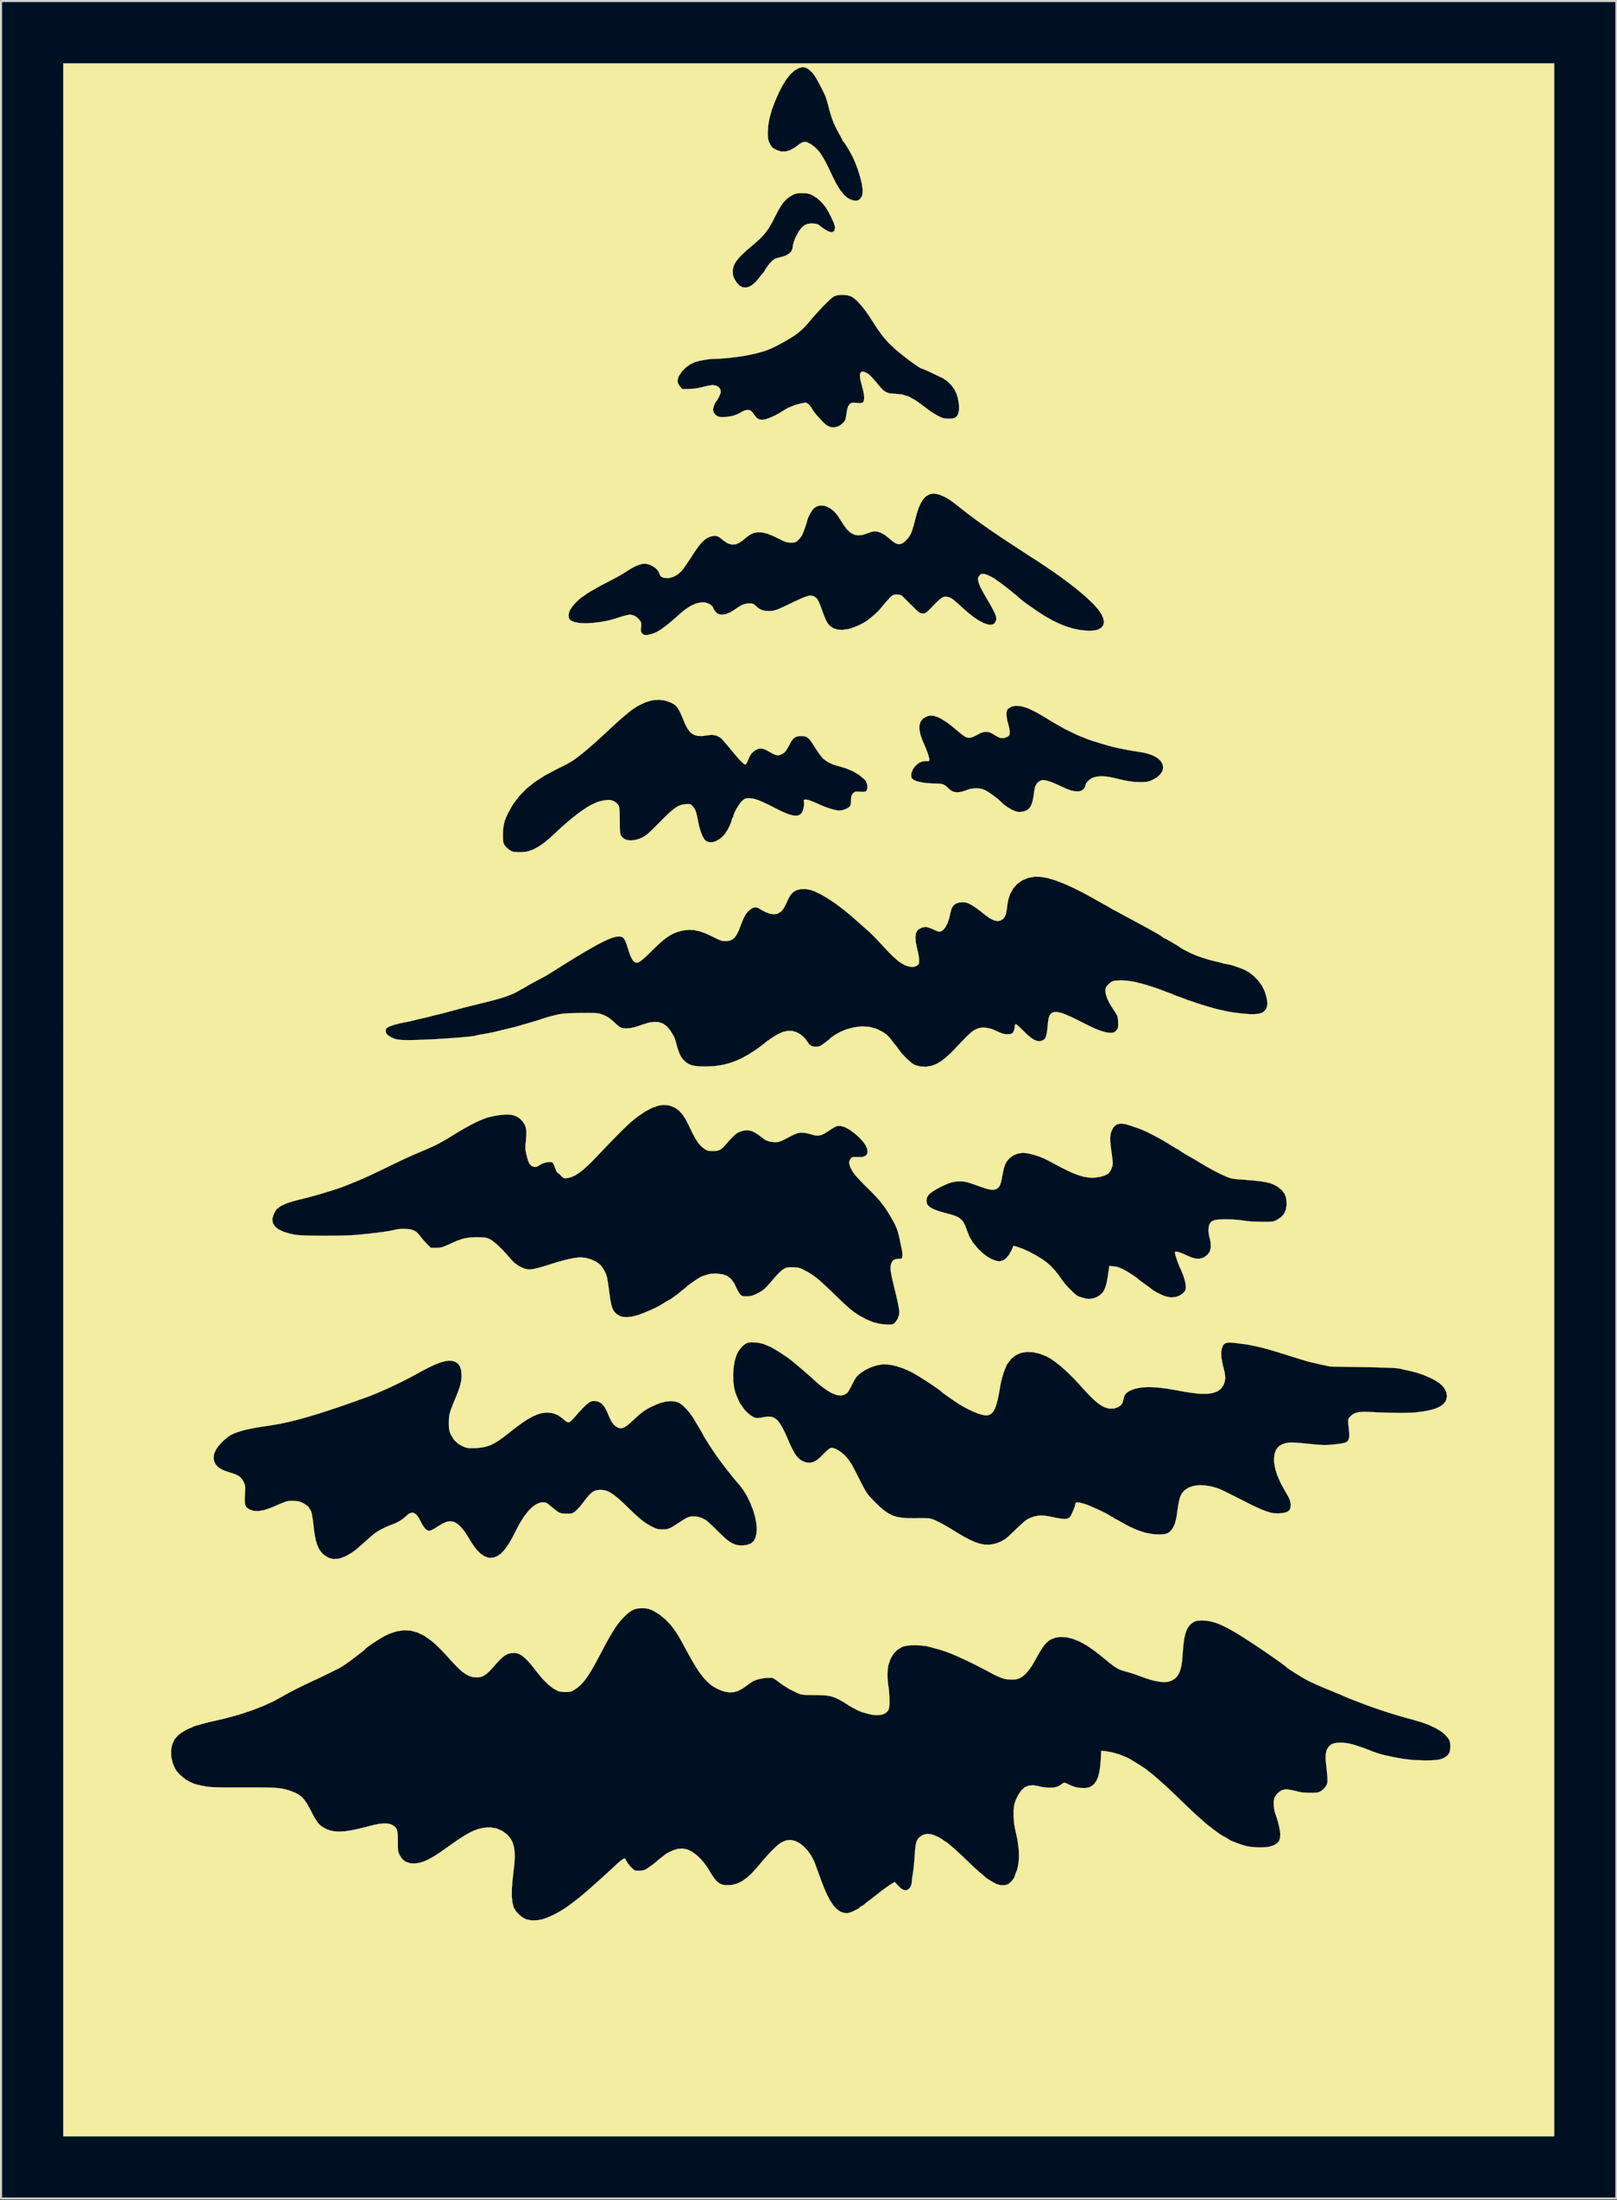
<source format=kicad_pcb>
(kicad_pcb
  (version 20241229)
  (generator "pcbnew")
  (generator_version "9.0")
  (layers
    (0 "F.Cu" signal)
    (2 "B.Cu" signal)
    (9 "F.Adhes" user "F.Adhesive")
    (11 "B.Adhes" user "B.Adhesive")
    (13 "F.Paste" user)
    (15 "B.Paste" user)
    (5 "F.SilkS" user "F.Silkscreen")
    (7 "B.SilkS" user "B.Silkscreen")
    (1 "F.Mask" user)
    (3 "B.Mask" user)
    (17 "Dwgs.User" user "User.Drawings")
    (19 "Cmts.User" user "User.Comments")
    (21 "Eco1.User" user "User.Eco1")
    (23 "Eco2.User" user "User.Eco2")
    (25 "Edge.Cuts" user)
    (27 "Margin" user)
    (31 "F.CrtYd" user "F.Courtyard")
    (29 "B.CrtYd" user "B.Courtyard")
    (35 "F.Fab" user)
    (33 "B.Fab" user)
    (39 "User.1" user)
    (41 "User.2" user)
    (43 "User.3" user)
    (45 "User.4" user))
  (footprint "silk-back"
    (layer "F.Cu")
    (at 35.988 49.994)
    (property "Reference" "silk-back" (at 0 0 0) (layer "F.SilkS") (effects (font (size 1.524 1.524) (thickness 0.3))))
    (attr through_hole)
    (fp_poly (pts (xy 35.983 50.024) (xy -35.983 50.024) (xy -35.983 31.633) (xy -30.782 31.633) (xy -30.766 31.74) (xy -30.739 31.878) (xy -30.71 31.986) (xy -30.672 32.093) (xy -30.614 32.226) (xy -30.59 32.279) (xy -30.506 32.412) (xy -30.376 32.558) (xy -30.218 32.702) (xy -30.05 32.827) (xy -29.909 32.907) (xy -29.784 32.966) (xy -29.686 33.008) (xy -29.596 33.04) (xy -29.494 33.067) (xy -29.36 33.096) (xy -29.197 33.128) (xy -29.107 33.145) (xy -29.017 33.159) (xy -28.919 33.17) (xy -28.806 33.178) (xy -28.669 33.185) (xy -28.502 33.19) (xy -28.297 33.193) (xy -28.045 33.194) (xy -27.74 33.195) (xy -27.374 33.195) (xy -27.287 33.194) (xy -26.884 33.194) (xy -26.544 33.195) (xy -26.259 33.198) (xy -26.021 33.203) (xy -25.824 33.21) (xy -25.659 33.221) (xy -25.52 33.237) (xy -25.397 33.256) (xy -25.284 33.281) (xy -25.173 33.312) (xy -25.056 33.349) (xy -25.012 33.363) (xy -24.799 33.445) (xy -24.623 33.538) (xy -24.473 33.655) (xy -24.338 33.804) (xy -24.206 33.998) (xy -24.068 34.247) (xy -24.039 34.304) (xy -23.913 34.546) (xy -23.806 34.732) (xy -23.711 34.874) (xy -23.621 34.98) (xy -23.529 35.062) (xy -23.468 35.104) (xy -23.283 35.204) (xy -23.086 35.275) (xy -22.87 35.315) (xy -22.627 35.325) (xy -22.349 35.305) (xy -22.029 35.254) (xy -21.659 35.173) (xy -21.343 35.093) (xy -21.036 35.014) (xy -20.784 34.961) (xy -20.579 34.933) (xy -20.411 34.928) (xy -20.27 34.946) (xy -20.146 34.986) (xy -20.107 35.004) (xy -20.007 35.063) (xy -19.934 35.131) (xy -19.884 35.219) (xy -19.854 35.34) (xy -19.838 35.504) (xy -19.833 35.724) (xy -19.833 35.807) (xy -19.833 36.002) (xy -19.83 36.143) (xy -19.821 36.245) (xy -19.804 36.324) (xy -19.777 36.396) (xy -19.742 36.468) (xy -19.617 36.653) (xy -19.456 36.778) (xy -19.255 36.846) (xy -19.151 36.859) (xy -18.963 36.858) (xy -18.769 36.826) (xy -18.561 36.76) (xy -18.334 36.656) (xy -18.077 36.51) (xy -17.785 36.32) (xy -17.535 36.144) (xy -17.207 35.911) (xy -16.927 35.718) (xy -16.685 35.56) (xy -16.475 35.434) (xy -16.289 35.335) (xy -16.117 35.26) (xy -15.954 35.203) (xy -15.79 35.161) (xy -15.66 35.136) (xy -15.366 35.121) (xy -15.079 35.17) (xy -14.812 35.282) (xy -14.576 35.45) (xy -14.534 35.49) (xy -14.402 35.647) (xy -14.303 35.827) (xy -14.236 36.036) (xy -14.199 36.282) (xy -14.192 36.572) (xy -14.213 36.914) (xy -14.252 37.253) (xy -14.305 37.714) (xy -14.332 38.112) (xy -14.333 38.448) (xy -14.307 38.724) (xy -14.255 38.943) (xy -14.218 39.032) (xy -14.117 39.187) (xy -13.975 39.338) (xy -13.813 39.466) (xy -13.652 39.551) (xy -13.622 39.562) (xy -13.36 39.609) (xy -13.076 39.6) (xy -12.887 39.564) (xy -12.635 39.481) (xy -12.352 39.357) (xy -12.057 39.202) (xy -11.839 39.07) (xy -11.717 38.989) (xy -11.562 38.878) (xy -11.39 38.75) (xy -11.218 38.62) (xy -11.065 38.5) (xy -10.946 38.402) (xy -10.918 38.378) (xy -10.834 38.304) (xy -10.722 38.207) (xy -10.631 38.13) (xy -10.547 38.058) (xy -10.427 37.952) (xy -10.28 37.82) (xy -10.116 37.673) (xy -9.944 37.519) (xy -9.776 37.366) (xy -9.621 37.224) (xy -9.488 37.103) (xy -9.388 37.01) (xy -9.331 36.955) (xy -9.331 36.955) (xy -9.244 36.872) (xy -9.14 36.785) (xy -9.038 36.705) (xy -8.952 36.645) (xy -8.9 36.619) (xy -8.897 36.618) (xy -8.859 36.647) (xy -8.811 36.72) (xy -8.796 36.751) (xy -8.736 36.847) (xy -8.647 36.963) (xy -8.566 37.05) (xy -8.473 37.141) (xy -8.402 37.191) (xy -8.33 37.213) (xy -8.23 37.218) (xy -8.202 37.218) (xy -8.055 37.206) (xy -7.927 37.175) (xy -7.892 37.16) (xy -7.809 37.111) (xy -7.697 37.035) (xy -7.572 36.946) (xy -7.455 36.858) (xy -7.363 36.784) (xy -7.32 36.744) (xy -7.272 36.7) (xy -7.19 36.634) (xy -7.144 36.599) (xy -7.047 36.525) (xy -6.964 36.459) (xy -6.94 36.438) (xy -6.842 36.371) (xy -6.699 36.297) (xy -6.536 36.228) (xy -6.375 36.174) (xy -6.324 36.161) (xy -6.093 36.14) (xy -5.86 36.187) (xy -5.623 36.301) (xy -5.381 36.484) (xy -5.197 36.665) (xy -5.072 36.81) (xy -4.945 36.979) (xy -4.84 37.137) (xy -4.83 37.155) (xy -4.684 37.398) (xy -4.558 37.583) (xy -4.443 37.718) (xy -4.33 37.811) (xy -4.212 37.869) (xy -4.078 37.901) (xy -3.958 37.911) (xy -3.708 37.898) (xy -3.467 37.837) (xy -3.229 37.723) (xy -2.988 37.554) (xy -2.738 37.325) (xy -2.475 37.033) (xy -2.408 36.953) (xy -2.181 36.683) (xy -1.962 36.437) (xy -1.759 36.223) (xy -1.579 36.049) (xy -1.429 35.921) (xy -1.357 35.871) (xy -1.231 35.806) (xy -1.088 35.752) (xy -1.05 35.742) (xy -0.855 35.728) (xy -0.651 35.777) (xy -0.446 35.882) (xy -0.245 36.037) (xy -0.058 36.235) (xy 0.11 36.47) (xy 0.251 36.736) (xy 0.328 36.936) (xy 0.369 37.053) (xy 0.407 37.156) (xy 0.418 37.183) (xy 0.446 37.255) (xy 0.489 37.373) (xy 0.541 37.517) (xy 0.566 37.588) (xy 0.727 38.014) (xy 0.884 38.372) (xy 1.041 38.666) (xy 1.198 38.897) (xy 1.359 39.069) (xy 1.524 39.184) (xy 1.697 39.246) (xy 1.762 39.256) (xy 1.861 39.26) (xy 1.951 39.246) (xy 2.056 39.209) (xy 2.199 39.142) (xy 2.202 39.141) (xy 2.324 39.078) (xy 2.417 39.023) (xy 2.465 38.987) (xy 2.469 38.98) (xy 2.498 38.947) (xy 2.534 38.931) (xy 2.61 38.891) (xy 2.666 38.848) (xy 2.736 38.789) (xy 2.832 38.713) (xy 2.875 38.681) (xy 2.995 38.591) (xy 3.15 38.47) (xy 3.324 38.334) (xy 3.46 38.226) (xy 3.577 38.137) (xy 3.718 38.035) (xy 3.859 37.936) (xy 3.979 37.857) (xy 4.026 37.829) (xy 4.154 37.755) (xy 4.288 37.906) (xy 4.439 38.054) (xy 4.573 38.137) (xy 4.693 38.156) (xy 4.8 38.117) (xy 4.9 38.016) (xy 4.962 37.873) (xy 4.975 37.766) (xy 4.983 37.661) (xy 5.001 37.517) (xy 5.026 37.361) (xy 5.029 37.342) (xy 5.05 37.204) (xy 5.072 37.017) (xy 5.093 36.801) (xy 5.111 36.578) (xy 5.116 36.49) (xy 5.134 36.234) (xy 5.155 36.037) (xy 5.182 35.888) (xy 5.217 35.776) (xy 5.264 35.689) (xy 5.326 35.616) (xy 5.351 35.593) (xy 5.523 35.48) (xy 5.716 35.434) (xy 5.916 35.454) (xy 6.069 35.506) (xy 6.233 35.579) (xy 6.385 35.66) (xy 6.497 35.737) (xy 6.507 35.745) (xy 6.567 35.792) (xy 6.6 35.807) (xy 6.642 35.83) (xy 6.726 35.895) (xy 6.845 35.994) (xy 6.991 36.121) (xy 7.155 36.268) (xy 7.329 36.428) (xy 7.505 36.593) (xy 7.638 36.721) (xy 7.8 36.877) (xy 7.965 37.032) (xy 8.118 37.172) (xy 8.244 37.283) (xy 8.29 37.322) (xy 8.397 37.411) (xy 8.482 37.484) (xy 8.531 37.528) (xy 8.537 37.535) (xy 8.58 37.57) (xy 8.666 37.628) (xy 8.778 37.697) (xy 8.898 37.767) (xy 9.006 37.826) (xy 9.066 37.856) (xy 9.254 37.909) (xy 9.446 37.914) (xy 9.613 37.868) (xy 9.696 37.811) (xy 9.787 37.722) (xy 9.871 37.621) (xy 9.93 37.527) (xy 9.948 37.467) (xy 9.964 37.405) (xy 9.98 37.368) (xy 10.071 37.132) (xy 10.128 36.846) (xy 10.15 36.519) (xy 10.137 36.163) (xy 10.089 35.788) (xy 10.036 35.525) (xy 9.984 35.299) (xy 9.947 35.119) (xy 9.922 34.964) (xy 9.905 34.81) (xy 9.893 34.636) (xy 9.889 34.566) (xy 9.889 34.275) (xy 9.925 34.022) (xy 10.003 33.782) (xy 10.126 33.535) (xy 10.27 33.327) (xy 10.432 33.185) (xy 10.619 33.106) (xy 10.836 33.088) (xy 11.087 33.13) (xy 11.15 33.148) (xy 11.284 33.177) (xy 11.452 33.198) (xy 11.619 33.207) (xy 11.624 33.207) (xy 11.817 33.2) (xy 11.969 33.168) (xy 12.108 33.104) (xy 12.244 33.013) (xy 12.303 32.973) (xy 12.352 32.965) (xy 12.418 32.988) (xy 12.473 33.014) (xy 12.656 33.099) (xy 12.801 33.156) (xy 12.931 33.192) (xy 13.07 33.213) (xy 13.138 33.219) (xy 13.355 33.224) (xy 13.527 33.194) (xy 13.669 33.123) (xy 13.778 33.029) (xy 13.889 32.875) (xy 13.976 32.668) (xy 14.04 32.402) (xy 14.082 32.074) (xy 14.095 31.895) (xy 14.121 31.423) (xy 14.321 31.444) (xy 14.644 31.5) (xy 14.988 31.599) (xy 15.326 31.733) (xy 15.378 31.758) (xy 15.467 31.805) (xy 15.591 31.877) (xy 15.739 31.966) (xy 15.895 32.063) (xy 16.048 32.16) (xy 16.183 32.248) (xy 16.286 32.319) (xy 16.346 32.365) (xy 16.351 32.37) (xy 16.407 32.42) (xy 16.463 32.46) (xy 16.534 32.514) (xy 16.652 32.612) (xy 16.813 32.751) (xy 17.013 32.927) (xy 17.232 33.123) (xy 17.322 33.205) (xy 17.451 33.327) (xy 17.608 33.476) (xy 17.782 33.643) (xy 17.962 33.817) (xy 18.01 33.863) (xy 18.192 34.039) (xy 18.374 34.213) (xy 18.544 34.373) (xy 18.691 34.508) (xy 18.801 34.608) (xy 18.821 34.625) (xy 18.937 34.725) (xy 19.037 34.814) (xy 19.105 34.876) (xy 19.121 34.892) (xy 19.165 34.93) (xy 19.251 34.999) (xy 19.367 35.089) (xy 19.498 35.189) (xy 19.63 35.288) (xy 19.749 35.377) (xy 19.842 35.444) (xy 19.846 35.446) (xy 19.928 35.498) (xy 20.048 35.567) (xy 20.161 35.628) (xy 20.238 35.672) (xy 20.283 35.704) (xy 20.285 35.706) (xy 20.334 35.738) (xy 20.435 35.784) (xy 20.571 35.84) (xy 20.728 35.898) (xy 20.89 35.954) (xy 21.039 36.001) (xy 21.162 36.033) (xy 21.174 36.035) (xy 21.356 36.064) (xy 21.568 36.081) (xy 21.789 36.088) (xy 21.996 36.083) (xy 22.168 36.066) (xy 22.243 36.051) (xy 22.456 35.98) (xy 22.607 35.892) (xy 22.704 35.778) (xy 22.754 35.629) (xy 22.766 35.456) (xy 22.751 35.304) (xy 22.714 35.106) (xy 22.659 34.882) (xy 22.592 34.652) (xy 22.516 34.434) (xy 22.51 34.418) (xy 22.487 34.331) (xy 22.465 34.202) (xy 22.449 34.063) (xy 22.447 33.853) (xy 22.485 33.686) (xy 22.57 33.545) (xy 22.669 33.445) (xy 22.769 33.368) (xy 22.87 33.317) (xy 22.984 33.292) (xy 23.122 33.292) (xy 23.297 33.318) (xy 23.518 33.368) (xy 23.688 33.413) (xy 23.783 33.429) (xy 23.927 33.443) (xy 24.095 33.451) (xy 24.202 33.453) (xy 24.376 33.453) (xy 24.498 33.446) (xy 24.587 33.431) (xy 24.662 33.404) (xy 24.726 33.37) (xy 24.865 33.263) (xy 24.965 33.136) (xy 25.01 33.05) (xy 25.035 32.971) (xy 25.043 32.873) (xy 25.038 32.733) (xy 25.037 32.712) (xy 25.025 32.548) (xy 25.006 32.349) (xy 24.984 32.15) (xy 24.976 32.085) (xy 24.951 31.797) (xy 24.961 31.565) (xy 25.008 31.38) (xy 25.094 31.235) (xy 25.221 31.123) (xy 25.256 31.101) (xy 25.376 31.059) (xy 25.546 31.037) (xy 25.745 31.035) (xy 25.957 31.054) (xy 26.158 31.092) (xy 26.302 31.132) (xy 26.482 31.188) (xy 26.677 31.253) (xy 26.864 31.319) (xy 27.023 31.379) (xy 27.111 31.416) (xy 27.242 31.468) (xy 27.413 31.527) (xy 27.596 31.583) (xy 27.763 31.629) (xy 27.834 31.645) (xy 27.954 31.67) (xy 28.106 31.703) (xy 28.24 31.732) (xy 28.723 31.821) (xy 29.199 31.873) (xy 29.702 31.891) (xy 29.75 31.891) (xy 30.013 31.888) (xy 30.219 31.879) (xy 30.38 31.86) (xy 30.511 31.83) (xy 30.624 31.787) (xy 30.732 31.727) (xy 30.735 31.726) (xy 30.857 31.626) (xy 30.933 31.501) (xy 30.969 31.335) (xy 30.974 31.212) (xy 30.968 31.069) (xy 30.943 30.962) (xy 30.89 30.856) (xy 30.869 30.823) (xy 30.728 30.654) (xy 30.522 30.488) (xy 30.259 30.33) (xy 29.945 30.182) (xy 29.587 30.049) (xy 29.192 29.933) (xy 29.175 29.928) (xy 28.811 29.83) (xy 28.408 29.713) (xy 27.987 29.583) (xy 27.571 29.448) (xy 27.181 29.313) (xy 26.846 29.19) (xy 26.675 29.124) (xy 26.5 29.057) (xy 26.35 29) (xy 26.3 28.981) (xy 26.15 28.923) (xy 25.995 28.859) (xy 25.912 28.823) (xy 25.837 28.79) (xy 25.775 28.762) (xy 25.712 28.735) (xy 25.639 28.705) (xy 25.545 28.666) (xy 25.419 28.614) (xy 25.249 28.544) (xy 25.026 28.453) (xy 25.012 28.448) (xy 24.792 28.356) (xy 24.567 28.258) (xy 24.356 28.163) (xy 24.18 28.079) (xy 24.101 28.04) (xy 23.958 27.962) (xy 23.79 27.865) (xy 23.611 27.756) (xy 23.434 27.645) (xy 23.272 27.541) (xy 23.14 27.451) (xy 23.05 27.383) (xy 23.03 27.365) (xy 22.962 27.308) (xy 22.843 27.219) (xy 22.681 27.101) (xy 22.485 26.963) (xy 22.261 26.808) (xy 22.02 26.642) (xy 21.768 26.472) (xy 21.514 26.302) (xy 21.266 26.139) (xy 21.032 25.988) (xy 20.955 25.939) (xy 20.579 25.707) (xy 20.248 25.52) (xy 19.954 25.374) (xy 19.69 25.265) (xy 19.449 25.192) (xy 19.222 25.15) (xy 19.002 25.136) (xy 18.997 25.136) (xy 18.837 25.141) (xy 18.723 25.157) (xy 18.628 25.189) (xy 18.566 25.222) (xy 18.437 25.314) (xy 18.331 25.435) (xy 18.244 25.593) (xy 18.175 25.792) (xy 18.121 26.041) (xy 18.08 26.346) (xy 18.051 26.712) (xy 18.045 26.811) (xy 18.015 27.151) (xy 17.965 27.429) (xy 17.891 27.651) (xy 17.793 27.823) (xy 17.683 27.938) (xy 17.532 28.034) (xy 17.355 28.092) (xy 17.146 28.11) (xy 16.901 28.089) (xy 16.613 28.029) (xy 16.279 27.928) (xy 15.939 27.805) (xy 15.755 27.738) (xy 15.564 27.675) (xy 15.394 27.624) (xy 15.307 27.602) (xy 15.119 27.548) (xy 14.941 27.471) (xy 14.758 27.362) (xy 14.554 27.212) (xy 14.411 27.095) (xy 14.112 26.848) (xy 13.85 26.644) (xy 13.616 26.474) (xy 13.423 26.346) (xy 13.089 26.159) (xy 12.765 26.027) (xy 12.455 25.95) (xy 12.165 25.93) (xy 11.901 25.967) (xy 11.669 26.061) (xy 11.596 26.108) (xy 11.495 26.191) (xy 11.395 26.297) (xy 11.292 26.435) (xy 11.177 26.614) (xy 11.045 26.845) (xy 10.971 26.979) (xy 10.794 27.287) (xy 10.626 27.531) (xy 10.463 27.718) (xy 10.302 27.852) (xy 10.213 27.905) (xy 10.112 27.95) (xy 10.011 27.975) (xy 9.885 27.985) (xy 9.761 27.985) (xy 9.604 27.979) (xy 9.478 27.961) (xy 9.351 27.925) (xy 9.196 27.863) (xy 9.174 27.853) (xy 9.038 27.793) (xy 8.926 27.741) (xy 8.854 27.704) (xy 8.838 27.695) (xy 8.797 27.67) (xy 8.703 27.619) (xy 8.565 27.546) (xy 8.393 27.457) (xy 8.197 27.356) (xy 8.114 27.313) (xy 7.681 27.099) (xy 7.279 26.912) (xy 6.914 26.755) (xy 6.592 26.632) (xy 6.321 26.545) (xy 6.262 26.529) (xy 6.178 26.506) (xy 6.05 26.471) (xy 5.905 26.43) (xy 5.874 26.421) (xy 5.667 26.375) (xy 5.432 26.345) (xy 5.187 26.332) (xy 4.95 26.335) (xy 4.737 26.355) (xy 4.568 26.391) (xy 4.51 26.413) (xy 4.279 26.553) (xy 4.093 26.743) (xy 3.95 26.984) (xy 3.848 27.282) (xy 3.842 27.305) (xy 3.813 27.486) (xy 3.801 27.709) (xy 3.804 27.948) (xy 3.824 28.176) (xy 3.846 28.313) (xy 3.864 28.435) (xy 3.879 28.603) (xy 3.89 28.794) (xy 3.894 28.945) (xy 3.894 29.134) (xy 3.889 29.268) (xy 3.877 29.361) (xy 3.857 29.43) (xy 3.831 29.479) (xy 3.722 29.599) (xy 3.564 29.673) (xy 3.354 29.703) (xy 3.304 29.704) (xy 3.186 29.7) (xy 3.067 29.686) (xy 2.931 29.658) (xy 2.76 29.613) (xy 2.558 29.554) (xy 2.442 29.509) (xy 2.287 29.435) (xy 2.112 29.341) (xy 1.936 29.238) (xy 1.782 29.139) (xy 1.667 29.067) (xy 1.528 28.988) (xy 1.449 28.946) (xy 1.3 28.876) (xy 1.165 28.823) (xy 1.028 28.785) (xy 0.874 28.76) (xy 0.688 28.746) (xy 0.456 28.738) (xy 0.282 28.736) (xy 0.055 28.734) (xy -0.115 28.729) (xy -0.241 28.722) (xy -0.336 28.71) (xy -0.413 28.691) (xy -0.486 28.665) (xy -0.529 28.646) (xy -0.918 28.457) (xy -1.256 28.247) (xy -1.436 28.113) (xy -1.586 28.002) (xy -1.708 27.929) (xy -1.791 27.901) (xy -1.793 27.901) (xy -2.038 27.907) (xy -2.283 27.939) (xy -2.505 27.992) (xy -2.667 28.056) (xy -2.755 28.109) (xy -2.868 28.188) (xy -2.949 28.249) (xy -3.188 28.42) (xy -3.404 28.534) (xy -3.611 28.595) (xy -3.82 28.606) (xy -4.022 28.578) (xy -4.201 28.524) (xy -4.398 28.441) (xy -4.584 28.341) (xy -4.716 28.25) (xy -4.863 28.121) (xy -5.004 27.979) (xy -5.143 27.814) (xy -5.285 27.622) (xy -5.435 27.394) (xy -5.599 27.123) (xy -5.781 26.802) (xy -5.987 26.424) (xy -5.988 26.423) (xy -6.097 26.22) (xy -6.183 26.064) (xy -6.255 25.938) (xy -6.324 25.825) (xy -6.397 25.711) (xy -6.441 25.644) (xy -6.662 25.351) (xy -6.919 25.085) (xy -7.196 24.857) (xy -7.479 24.682) (xy -7.569 24.639) (xy -7.715 24.583) (xy -7.856 24.554) (xy -8.026 24.545) (xy -8.043 24.545) (xy -8.234 24.555) (xy -8.399 24.592) (xy -8.552 24.663) (xy -8.71 24.776) (xy -8.888 24.938) (xy -8.943 24.993) (xy -9.079 25.14) (xy -9.214 25.31) (xy -9.353 25.508) (xy -9.502 25.744) (xy -9.665 26.023) (xy -9.846 26.356) (xy -9.984 26.617) (xy -10.184 26.994) (xy -10.358 27.313) (xy -10.514 27.581) (xy -10.654 27.803) (xy -10.783 27.987) (xy -10.907 28.139) (xy -11.03 28.266) (xy -11.156 28.373) (xy -11.29 28.468) (xy -11.324 28.49) (xy -11.427 28.546) (xy -11.526 28.577) (xy -11.65 28.589) (xy -11.73 28.591) (xy -11.879 28.584) (xy -12.017 28.565) (xy -12.1 28.542) (xy -12.337 28.414) (xy -12.585 28.22) (xy -12.844 27.958) (xy -13.094 27.656) (xy -13.239 27.471) (xy -13.351 27.329) (xy -13.442 27.219) (xy -13.521 27.13) (xy -13.598 27.048) (xy -13.657 26.99) (xy -13.826 26.843) (xy -13.981 26.752) (xy -14.139 26.71) (xy -14.226 26.705) (xy -14.373 26.714) (xy -14.505 26.745) (xy -14.633 26.805) (xy -14.765 26.9) (xy -14.912 27.037) (xy -15.084 27.221) (xy -15.202 27.357) (xy -15.387 27.561) (xy -15.548 27.71) (xy -15.695 27.809) (xy -15.837 27.865) (xy -15.984 27.885) (xy -15.996 27.885) (xy -16.19 27.871) (xy -16.373 27.821) (xy -16.555 27.73) (xy -16.745 27.593) (xy -16.952 27.403) (xy -17.149 27.196) (xy -17.389 26.933) (xy -17.59 26.717) (xy -17.759 26.54) (xy -17.904 26.395) (xy -18.031 26.275) (xy -18.148 26.172) (xy -18.236 26.1) (xy -18.562 25.873) (xy -18.885 25.716) (xy -19.208 25.628) (xy -19.537 25.609) (xy -19.876 25.657) (xy -20.229 25.773) (xy -20.371 25.836) (xy -20.493 25.899) (xy -20.644 25.986) (xy -20.809 26.087) (xy -20.976 26.194) (xy -21.131 26.298) (xy -21.26 26.39) (xy -21.349 26.46) (xy -21.378 26.489) (xy -21.431 26.541) (xy -21.53 26.624) (xy -21.664 26.73) (xy -21.821 26.851) (xy -21.989 26.978) (xy -22.158 27.102) (xy -22.315 27.214) (xy -22.448 27.307) (xy -22.547 27.37) (xy -22.56 27.378) (xy -22.662 27.433) (xy -22.813 27.511) (xy -22.998 27.604) (xy -23.203 27.705) (xy -23.413 27.807) (xy -23.613 27.903) (xy -23.788 27.986) (xy -23.848 28.013) (xy -24.114 28.137) (xy -24.392 28.27) (xy -24.668 28.406) (xy -24.926 28.538) (xy -25.154 28.659) (xy -25.337 28.76) (xy -25.391 28.792) (xy -25.837 29.036) (xy -26.344 29.267) (xy -26.904 29.484) (xy -27.507 29.681) (xy -28.145 29.857) (xy -28.698 29.985) (xy -28.837 30.016) (xy -28.968 30.046) (xy -29.034 30.063) (xy -29.275 30.127) (xy -29.455 30.177) (xy -29.583 30.214) (xy -29.665 30.241) (xy -29.711 30.259) (xy -29.721 30.266) (xy -29.777 30.295) (xy -29.866 30.33) (xy -29.878 30.334) (xy -30.006 30.391) (xy -30.161 30.478) (xy -30.316 30.579) (xy -30.445 30.679) (xy -30.457 30.689) (xy -30.613 30.876) (xy -30.722 31.105) (xy -30.779 31.362) (xy -30.782 31.633) (xy -35.983 31.633) (xy -35.983 17.317) (xy -28.73 17.317) (xy -28.702 17.453) (xy -28.63 17.604) (xy -28.524 17.728) (xy -28.375 17.832) (xy -28.174 17.924) (xy -27.925 18.006) (xy -27.71 18.075) (xy -27.551 18.147) (xy -27.434 18.231) (xy -27.345 18.336) (xy -27.283 18.445) (xy -27.244 18.528) (xy -27.219 18.598) (xy -27.205 18.673) (xy -27.202 18.77) (xy -27.206 18.906) (xy -27.215 19.068) (xy -27.224 19.288) (xy -27.22 19.45) (xy -27.199 19.567) (xy -27.158 19.653) (xy -27.091 19.72) (xy -26.996 19.782) (xy -26.995 19.782) (xy -26.806 19.849) (xy -26.577 19.861) (xy -26.31 19.819) (xy -26.01 19.722) (xy -25.857 19.658) (xy -25.687 19.584) (xy -25.462 19.492) (xy -25.231 19.399) (xy -25.131 19.378) (xy -24.988 19.369) (xy -24.827 19.371) (xy -24.676 19.385) (xy -24.559 19.409) (xy -24.556 19.41) (xy -24.457 19.453) (xy -24.347 19.513) (xy -24.244 19.578) (xy -24.166 19.638) (xy -24.13 19.681) (xy -24.13 19.684) (xy -24.108 19.734) (xy -24.086 19.762) (xy -24.045 19.822) (xy -24.009 19.914) (xy -23.977 20.047) (xy -23.947 20.228) (xy -23.916 20.467) (xy -23.9 20.62) (xy -23.853 20.979) (xy -23.794 21.276) (xy -23.718 21.519) (xy -23.624 21.716) (xy -23.507 21.874) (xy -23.374 21.996) (xy -23.161 22.121) (xy -22.94 22.177) (xy -22.707 22.164) (xy -22.609 22.14) (xy -22.354 22.038) (xy -22.088 21.889) (xy -21.835 21.708) (xy -21.713 21.603) (xy -21.658 21.552) (xy -21.563 21.469) (xy -21.446 21.365) (xy -21.361 21.29) (xy -21.243 21.187) (xy -21.146 21.101) (xy -21.081 21.043) (xy -21.061 21.024) (xy -20.966 20.944) (xy -20.822 20.85) (xy -20.649 20.75) (xy -20.464 20.656) (xy -20.285 20.576) (xy -20.161 20.531) (xy -19.921 20.436) (xy -19.695 20.311) (xy -19.507 20.17) (xy -19.461 20.126) (xy -19.315 20) (xy -19.183 19.941) (xy -19.061 19.949) (xy -18.946 20.025) (xy -18.835 20.171) (xy -18.758 20.314) (xy -18.64 20.535) (xy -18.531 20.69) (xy -18.429 20.781) (xy -18.329 20.814) (xy -18.322 20.814) (xy -18.233 20.791) (xy -18.099 20.724) (xy -17.928 20.618) (xy -17.922 20.614) (xy -17.689 20.472) (xy -17.491 20.385) (xy -17.317 20.352) (xy -17.157 20.372) (xy -17.004 20.446) (xy -16.866 20.553) (xy -16.759 20.664) (xy -16.644 20.806) (xy -16.547 20.945) (xy -16.449 21.104) (xy -16.339 21.282) (xy -16.251 21.422) (xy -16.06 21.692) (xy -15.864 21.897) (xy -15.665 22.037) (xy -15.467 22.109) (xy -15.361 22.119) (xy -15.184 22.096) (xy -15.014 22.024) (xy -14.846 21.901) (xy -14.678 21.722) (xy -14.507 21.484) (xy -14.328 21.184) (xy -14.14 20.818) (xy -14.137 20.813) (xy -13.942 20.442) (xy -13.741 20.124) (xy -13.54 19.864) (xy -13.339 19.663) (xy -13.142 19.524) (xy -12.951 19.45) (xy -12.844 19.438) (xy -12.75 19.442) (xy -12.676 19.461) (xy -12.599 19.505) (xy -12.499 19.583) (xy -12.451 19.623) (xy -12.289 19.76) (xy -12.166 19.857) (xy -12.067 19.921) (xy -11.979 19.959) (xy -11.887 19.978) (xy -11.777 19.984) (xy -11.696 19.985) (xy -11.55 19.983) (xy -11.453 19.973) (xy -11.38 19.949) (xy -11.311 19.906) (xy -11.26 19.867) (xy -11.17 19.783) (xy -11.06 19.663) (xy -10.948 19.527) (xy -10.912 19.479) (xy -10.748 19.263) (xy -10.611 19.101) (xy -10.491 18.985) (xy -10.38 18.908) (xy -10.266 18.862) (xy -10.141 18.842) (xy -10.042 18.838) (xy -9.91 18.847) (xy -9.782 18.876) (xy -9.65 18.929) (xy -9.506 19.012) (xy -9.345 19.129) (xy -9.158 19.285) (xy -8.939 19.485) (xy -8.681 19.732) (xy -8.661 19.752) (xy -8.424 19.979) (xy -8.223 20.162) (xy -8.046 20.309) (xy -7.883 20.428) (xy -7.723 20.529) (xy -7.554 20.62) (xy -7.553 20.621) (xy -7.41 20.687) (xy -7.295 20.725) (xy -7.174 20.741) (xy -7.057 20.743) (xy -6.938 20.741) (xy -6.84 20.73) (xy -6.747 20.704) (xy -6.645 20.658) (xy -6.52 20.586) (xy -6.357 20.482) (xy -6.279 20.43) (xy -6.107 20.318) (xy -5.979 20.238) (xy -5.882 20.185) (xy -5.802 20.152) (xy -5.726 20.132) (xy -5.639 20.12) (xy -5.62 20.118) (xy -5.399 20.126) (xy -5.171 20.188) (xy -4.965 20.297) (xy -4.942 20.313) (xy -4.875 20.369) (xy -4.77 20.465) (xy -4.637 20.59) (xy -4.489 20.734) (xy -4.373 20.849) (xy -4.151 21.064) (xy -3.964 21.23) (xy -3.8 21.352) (xy -3.652 21.436) (xy -3.509 21.488) (xy -3.361 21.514) (xy -3.234 21.519) (xy -2.995 21.498) (xy -2.807 21.433) (xy -2.668 21.32) (xy -2.573 21.156) (xy -2.521 20.937) (xy -2.507 20.743) (xy -2.526 20.451) (xy -2.59 20.127) (xy -2.693 19.785) (xy -2.829 19.443) (xy -2.99 19.116) (xy -3.172 18.82) (xy -3.366 18.57) (xy -3.385 18.55) (xy -3.495 18.425) (xy -3.635 18.257) (xy -3.796 18.057) (xy -3.967 17.839) (xy -4.137 17.618) (xy -4.297 17.404) (xy -4.4 17.262) (xy -4.488 17.136) (xy -4.59 16.986) (xy -4.698 16.824) (xy -4.805 16.661) (xy -4.903 16.508) (xy -4.986 16.376) (xy -5.047 16.277) (xy -5.078 16.22) (xy -5.08 16.213) (xy -5.097 16.177) (xy -5.143 16.093) (xy -5.211 15.974) (xy -5.293 15.833) (xy -5.382 15.684) (xy -5.47 15.537) (xy -5.549 15.408) (xy -5.599 15.328) (xy -5.747 15.119) (xy -5.911 14.927) (xy -6.077 14.767) (xy -6.23 14.652) (xy -6.261 14.634) (xy -6.443 14.572) (xy -6.664 14.553) (xy -6.908 14.577) (xy -7.161 14.641) (xy -7.246 14.673) (xy -7.519 14.789) (xy -7.744 14.901) (xy -7.943 15.023) (xy -8.134 15.168) (xy -8.34 15.35) (xy -8.416 15.421) (xy -8.604 15.595) (xy -8.754 15.721) (xy -8.876 15.804) (xy -8.979 15.85) (xy -9.072 15.862) (xy -9.165 15.847) (xy -9.188 15.84) (xy -9.289 15.787) (xy -9.392 15.705) (xy -9.417 15.678) (xy -9.468 15.615) (xy -9.515 15.546) (xy -9.563 15.457) (xy -9.619 15.336) (xy -9.691 15.169) (xy -9.74 15.052) (xy -9.859 14.826) (xy -10.003 14.666) (xy -10.17 14.572) (xy -10.36 14.544) (xy -10.468 14.556) (xy -10.577 14.603) (xy -10.721 14.712) (xy -10.899 14.882) (xy -11.113 15.112) (xy -11.248 15.268) (xy -11.348 15.38) (xy -11.441 15.476) (xy -11.511 15.538) (xy -11.521 15.545) (xy -11.579 15.574) (xy -11.635 15.573) (xy -11.704 15.538) (xy -11.8 15.462) (xy -11.878 15.392) (xy -12.105 15.232) (xy -12.358 15.136) (xy -12.629 15.104) (xy -12.911 15.14) (xy -12.954 15.151) (xy -13.146 15.215) (xy -13.345 15.305) (xy -13.56 15.425) (xy -13.799 15.58) (xy -14.069 15.775) (xy -14.379 16.015) (xy -14.446 16.069) (xy -14.723 16.284) (xy -14.962 16.455) (xy -15.175 16.585) (xy -15.372 16.681) (xy -15.567 16.748) (xy -15.769 16.79) (xy -15.99 16.814) (xy -16.087 16.819) (xy -16.261 16.825) (xy -16.387 16.822) (xy -16.485 16.809) (xy -16.58 16.783) (xy -16.685 16.742) (xy -16.924 16.61) (xy -17.119 16.423) (xy -17.271 16.18) (xy -17.281 16.157) (xy -17.325 16.054) (xy -17.351 15.956) (xy -17.366 15.841) (xy -17.371 15.687) (xy -17.371 15.61) (xy -17.369 15.465) (xy -17.362 15.339) (xy -17.345 15.222) (xy -17.315 15.098) (xy -17.269 14.956) (xy -17.203 14.783) (xy -17.115 14.564) (xy -17.06 14.432) (xy -16.95 14.162) (xy -16.869 13.941) (xy -16.813 13.755) (xy -16.778 13.591) (xy -16.761 13.435) (xy -16.757 13.308) (xy -16.759 13.288) (xy -3.65 13.288) (xy -3.64 13.615) (xy -3.601 13.919) (xy -3.541 14.146) (xy -3.495 14.27) (xy -3.438 14.405) (xy -3.381 14.534) (xy -3.329 14.639) (xy -3.293 14.702) (xy -3.284 14.711) (xy -3.252 14.75) (xy -3.201 14.826) (xy -3.18 14.859) (xy -3.083 14.989) (xy -2.953 15.121) (xy -2.81 15.238) (xy -2.675 15.323) (xy -2.606 15.351) (xy -2.517 15.371) (xy -2.421 15.372) (xy -2.295 15.355) (xy -2.195 15.334) (xy -1.987 15.301) (xy -1.822 15.307) (xy -1.682 15.354) (xy -1.548 15.446) (xy -1.523 15.468) (xy -1.447 15.557) (xy -1.354 15.696) (xy -1.254 15.869) (xy -1.155 16.062) (xy -1.066 16.258) (xy -1.057 16.281) (xy -0.923 16.595) (xy -0.804 16.849) (xy -0.694 17.049) (xy -0.589 17.204) (xy -0.484 17.32) (xy -0.374 17.406) (xy -0.306 17.444) (xy -0.121 17.515) (xy 0.052 17.533) (xy 0.222 17.495) (xy 0.396 17.398) (xy 0.585 17.24) (xy 0.695 17.127) (xy 0.814 17.007) (xy 0.925 16.906) (xy 1.015 16.836) (xy 1.063 16.81) (xy 1.17 16.814) (xy 1.308 16.864) (xy 1.462 16.952) (xy 1.62 17.067) (xy 1.768 17.2) (xy 1.892 17.343) (xy 1.946 17.42) (xy 2 17.505) (xy 2.04 17.56) (xy 2.048 17.568) (xy 2.07 17.604) (xy 2.119 17.693) (xy 2.189 17.826) (xy 2.276 17.994) (xy 2.375 18.187) (xy 2.41 18.256) (xy 2.532 18.498) (xy 2.63 18.687) (xy 2.712 18.836) (xy 2.785 18.956) (xy 2.857 19.059) (xy 2.936 19.154) (xy 3.028 19.255) (xy 3.142 19.371) (xy 3.192 19.422) (xy 3.427 19.65) (xy 3.636 19.83) (xy 3.834 19.968) (xy 4.032 20.069) (xy 4.245 20.138) (xy 4.484 20.181) (xy 4.764 20.202) (xy 5.098 20.206) (xy 5.197 20.205) (xy 5.433 20.203) (xy 5.611 20.204) (xy 5.743 20.209) (xy 5.841 20.218) (xy 5.917 20.234) (xy 5.983 20.256) (xy 5.998 20.262) (xy 6.153 20.329) (xy 6.301 20.399) (xy 6.456 20.48) (xy 6.629 20.578) (xy 6.835 20.7) (xy 7.085 20.853) (xy 7.108 20.868) (xy 7.457 21.076) (xy 7.761 21.238) (xy 8.029 21.359) (xy 8.269 21.438) (xy 8.49 21.479) (xy 8.698 21.484) (xy 8.904 21.456) (xy 9.069 21.41) (xy 9.194 21.365) (xy 9.297 21.32) (xy 9.351 21.287) (xy 9.415 21.246) (xy 9.447 21.237) (xy 9.485 21.214) (xy 9.563 21.149) (xy 9.674 21.05) (xy 9.808 20.925) (xy 9.934 20.805) (xy 10.118 20.628) (xy 10.263 20.492) (xy 10.376 20.392) (xy 10.467 20.319) (xy 10.547 20.264) (xy 10.623 20.222) (xy 10.672 20.199) (xy 10.906 20.114) (xy 11.141 20.075) (xy 11.398 20.083) (xy 11.659 20.127) (xy 11.927 20.183) (xy 12.136 20.22) (xy 12.296 20.238) (xy 12.416 20.238) (xy 12.504 20.219) (xy 12.571 20.182) (xy 12.609 20.146) (xy 12.655 20.077) (xy 12.711 19.964) (xy 12.771 19.829) (xy 12.824 19.693) (xy 12.862 19.578) (xy 12.876 19.505) (xy 12.897 19.457) (xy 12.963 19.44) (xy 13.079 19.453) (xy 13.251 19.497) (xy 13.354 19.529) (xy 13.478 19.574) (xy 13.637 19.639) (xy 13.817 19.718) (xy 14.004 19.803) (xy 14.184 19.889) (xy 14.344 19.969) (xy 14.47 20.038) (xy 14.55 20.087) (xy 14.563 20.098) (xy 14.629 20.138) (xy 14.66 20.144) (xy 14.706 20.161) (xy 14.711 20.175) (xy 14.74 20.21) (xy 14.773 20.226) (xy 14.836 20.254) (xy 14.934 20.307) (xy 15.011 20.351) (xy 15.46 20.599) (xy 15.877 20.785) (xy 16.264 20.91) (xy 16.624 20.974) (xy 16.73 20.982) (xy 16.95 20.989) (xy 17.116 20.982) (xy 17.242 20.959) (xy 17.344 20.916) (xy 17.437 20.85) (xy 17.464 20.826) (xy 17.577 20.683) (xy 17.67 20.481) (xy 17.739 20.229) (xy 17.762 20.091) (xy 17.802 19.811) (xy 17.836 19.591) (xy 17.867 19.421) (xy 17.896 19.29) (xy 17.927 19.188) (xy 17.961 19.104) (xy 18.002 19.029) (xy 18.016 19.006) (xy 18.156 18.845) (xy 18.349 18.724) (xy 18.584 18.645) (xy 18.855 18.612) (xy 19.152 18.626) (xy 19.156 18.627) (xy 19.451 18.678) (xy 19.716 18.754) (xy 19.844 18.801) (xy 19.913 18.832) (xy 20.033 18.889) (xy 20.193 18.967) (xy 20.381 19.06) (xy 20.586 19.162) (xy 20.796 19.268) (xy 21 19.371) (xy 21.186 19.466) (xy 21.273 19.511) (xy 21.467 19.608) (xy 21.68 19.706) (xy 21.882 19.794) (xy 22.018 19.847) (xy 22.194 19.908) (xy 22.333 19.946) (xy 22.464 19.965) (xy 22.615 19.972) (xy 22.662 19.972) (xy 22.9 19.957) (xy 23.077 19.909) (xy 23.195 19.826) (xy 23.258 19.705) (xy 23.268 19.547) (xy 23.264 19.513) (xy 23.244 19.401) (xy 23.213 19.298) (xy 23.162 19.187) (xy 23.084 19.046) (xy 23.029 18.954) (xy 22.803 18.547) (xy 22.634 18.175) (xy 22.523 17.835) (xy 22.468 17.522) (xy 22.461 17.375) (xy 22.484 17.119) (xy 22.552 16.914) (xy 22.67 16.757) (xy 22.839 16.645) (xy 23.031 16.581) (xy 23.104 16.566) (xy 23.179 16.556) (xy 23.268 16.552) (xy 23.378 16.553) (xy 23.519 16.561) (xy 23.701 16.576) (xy 23.932 16.597) (xy 24.221 16.626) (xy 24.306 16.634) (xy 24.549 16.658) (xy 24.741 16.671) (xy 24.905 16.676) (xy 25.059 16.672) (xy 25.224 16.659) (xy 25.294 16.652) (xy 25.536 16.626) (xy 25.718 16.6) (xy 25.849 16.573) (xy 25.94 16.541) (xy 26.001 16.501) (xy 26.041 16.45) (xy 26.06 16.409) (xy 26.094 16.281) (xy 26.095 16.12) (xy 26.091 16.07) (xy 26.067 15.845) (xy 26.051 15.679) (xy 26.043 15.56) (xy 26.043 15.479) (xy 26.052 15.423) (xy 26.071 15.382) (xy 26.101 15.344) (xy 26.133 15.307) (xy 26.245 15.204) (xy 26.377 15.133) (xy 26.542 15.091) (xy 26.751 15.073) (xy 27.013 15.078) (xy 27.577 15.103) (xy 28.074 15.118) (xy 28.501 15.125) (xy 28.86 15.123) (xy 29.149 15.113) (xy 29.316 15.099) (xy 29.702 15.048) (xy 30.024 14.984) (xy 30.284 14.905) (xy 30.488 14.809) (xy 30.64 14.694) (xy 30.744 14.559) (xy 30.769 14.509) (xy 30.812 14.33) (xy 30.786 14.142) (xy 30.695 13.951) (xy 30.59 13.816) (xy 30.439 13.684) (xy 30.231 13.55) (xy 29.978 13.42) (xy 29.694 13.299) (xy 29.389 13.194) (xy 29.079 13.109) (xy 28.998 13.092) (xy 28.853 13.06) (xy 28.685 13.022) (xy 28.575 12.996) (xy 28.502 12.982) (xy 28.404 12.969) (xy 28.276 12.958) (xy 28.111 12.948) (xy 27.904 12.94) (xy 27.647 12.932) (xy 27.336 12.924) (xy 26.963 12.916) (xy 26.758 12.913) (xy 25.171 12.885) (xy 24.677 12.777) (xy 24.49 12.735) (xy 24.319 12.696) (xy 24.181 12.663) (xy 24.092 12.64) (xy 24.077 12.636) (xy 23.975 12.605) (xy 23.85 12.568) (xy 23.812 12.558) (xy 23.695 12.523) (xy 23.545 12.477) (xy 23.407 12.434) (xy 23.032 12.314) (xy 22.684 12.207) (xy 22.374 12.114) (xy 22.109 12.037) (xy 21.898 11.981) (xy 21.837 11.966) (xy 21.58 11.907) (xy 21.338 11.857) (xy 21.132 11.819) (xy 21.008 11.801) (xy 20.88 11.786) (xy 20.719 11.765) (xy 20.568 11.746) (xy 20.361 11.727) (xy 20.21 11.733) (xy 20.102 11.766) (xy 20.026 11.828) (xy 20.001 11.864) (xy 19.934 12.029) (xy 19.908 12.237) (xy 19.925 12.491) (xy 19.983 12.796) (xy 20.036 13) (xy 20.092 13.251) (xy 20.104 13.463) (xy 20.072 13.651) (xy 20.017 13.787) (xy 19.896 13.957) (xy 19.724 14.083) (xy 19.5 14.165) (xy 19.223 14.203) (xy 18.891 14.199) (xy 18.743 14.185) (xy 18.577 14.166) (xy 18.434 14.147) (xy 18.295 14.127) (xy 18.144 14.102) (xy 17.961 14.069) (xy 17.728 14.025) (xy 17.709 14.022) (xy 17.212 13.939) (xy 16.773 13.891) (xy 16.389 13.877) (xy 16.055 13.897) (xy 15.769 13.951) (xy 15.555 14.027) (xy 15.387 14.119) (xy 15.278 14.224) (xy 15.215 14.355) (xy 15.195 14.456) (xy 15.15 14.631) (xy 15.059 14.759) (xy 14.923 14.851) (xy 14.725 14.914) (xy 14.509 14.915) (xy 14.291 14.855) (xy 14.24 14.831) (xy 14.118 14.764) (xy 13.995 14.681) (xy 13.863 14.575) (xy 13.716 14.442) (xy 13.547 14.274) (xy 13.349 14.065) (xy 13.115 13.808) (xy 13.054 13.741) (xy 12.772 13.44) (xy 12.489 13.161) (xy 12.212 12.911) (xy 11.949 12.697) (xy 11.71 12.526) (xy 11.501 12.405) (xy 11.475 12.393) (xy 11.129 12.26) (xy 10.804 12.19) (xy 10.502 12.181) (xy 10.227 12.233) (xy 9.982 12.345) (xy 9.771 12.516) (xy 9.596 12.745) (xy 9.543 12.84) (xy 9.462 13.026) (xy 9.383 13.257) (xy 9.311 13.508) (xy 9.256 13.753) (xy 9.243 13.829) (xy 9.182 14.185) (xy 9.122 14.476) (xy 9.061 14.71) (xy 8.996 14.893) (xy 8.925 15.031) (xy 8.845 15.13) (xy 8.753 15.197) (xy 8.656 15.236) (xy 8.535 15.243) (xy 8.366 15.213) (xy 8.16 15.148) (xy 7.925 15.054) (xy 7.672 14.934) (xy 7.411 14.791) (xy 7.241 14.688) (xy 7.139 14.621) (xy 7.01 14.534) (xy 6.869 14.437) (xy 6.727 14.338) (xy 6.599 14.246) (xy 6.497 14.172) (xy 6.433 14.123) (xy 6.421 14.111) (xy 6.364 14.06) (xy 6.257 13.98) (xy 6.111 13.878) (xy 5.938 13.76) (xy 5.747 13.634) (xy 5.549 13.507) (xy 5.356 13.386) (xy 5.179 13.278) (xy 5.027 13.19) (xy 4.921 13.134) (xy 4.571 12.979) (xy 4.235 12.866) (xy 3.922 12.798) (xy 3.644 12.777) (xy 3.549 12.782) (xy 3.279 12.83) (xy 3.003 12.921) (xy 2.739 13.046) (xy 2.507 13.195) (xy 2.325 13.359) (xy 2.31 13.377) (xy 2.249 13.464) (xy 2.174 13.593) (xy 2.099 13.738) (xy 2.08 13.779) (xy 2.009 13.921) (xy 1.936 14.048) (xy 1.872 14.139) (xy 1.856 14.156) (xy 1.716 14.25) (xy 1.543 14.283) (xy 1.343 14.257) (xy 1.122 14.172) (xy 1.058 14.139) (xy 0.882 14.03) (xy 0.687 13.892) (xy 0.501 13.747) (xy 0.387 13.648) (xy 0.206 13.483) (xy -0.016 13.287) (xy -0.261 13.074) (xy -0.517 12.856) (xy -0.767 12.647) (xy -0.809 12.612) (xy -0.951 12.503) (xy -1.134 12.374) (xy -1.34 12.238) (xy -1.547 12.107) (xy -1.735 11.996) (xy -1.861 11.928) (xy -2.182 11.796) (xy -2.496 11.725) (xy -2.795 11.717) (xy -2.932 11.736) (xy -3.061 11.792) (xy -3.196 11.901) (xy -3.326 12.05) (xy -3.437 12.224) (xy -3.501 12.365) (xy -3.58 12.642) (xy -3.629 12.956) (xy -3.65 13.288) (xy -16.759 13.288) (xy -16.777 13.065) (xy -16.837 12.876) (xy -16.941 12.738) (xy -17.086 12.647) (xy -17.225 12.609) (xy -17.385 12.602) (xy -17.572 12.63) (xy -17.791 12.693) (xy -18.047 12.794) (xy -18.345 12.934) (xy -18.691 13.114) (xy -18.91 13.235) (xy -19.26 13.424) (xy -19.646 13.62) (xy -20.048 13.815) (xy -20.451 14) (xy -20.837 14.167) (xy -21.189 14.309) (xy -21.343 14.367) (xy -22.015 14.607) (xy -22.629 14.82) (xy -23.189 15.008) (xy -23.701 15.171) (xy -24.17 15.313) (xy -24.602 15.433) (xy -25.003 15.535) (xy -25.377 15.618) (xy -25.731 15.686) (xy -26.035 15.735) (xy -26.394 15.788) (xy -26.695 15.838) (xy -26.949 15.886) (xy -27.167 15.934) (xy -27.363 15.986) (xy -27.545 16.042) (xy -27.746 16.116) (xy -27.91 16.197) (xy -28.062 16.3) (xy -28.228 16.44) (xy -28.262 16.471) (xy -28.474 16.693) (xy -28.624 16.911) (xy -28.71 17.12) (xy -28.73 17.317) (xy -35.983 17.317) (xy -35.983 5.808) (xy -25.894 5.808) (xy -25.86 5.982) (xy -25.759 6.136) (xy -25.591 6.27) (xy -25.356 6.383) (xy -25.055 6.475) (xy -24.783 6.531) (xy -24.657 6.546) (xy -24.471 6.557) (xy -24.237 6.567) (xy -23.965 6.573) (xy -23.667 6.577) (xy -23.352 6.578) (xy -23.033 6.577) (xy -22.72 6.573) (xy -22.424 6.566) (xy -22.155 6.556) (xy -21.926 6.544) (xy -21.784 6.533) (xy -21.311 6.486) (xy -20.899 6.439) (xy -20.549 6.394) (xy -20.264 6.35) (xy -20.045 6.308) (xy -19.918 6.276) (xy -19.835 6.261) (xy -19.706 6.25) (xy -19.555 6.245) (xy -19.512 6.245) (xy -19.275 6.26) (xy -19.087 6.309) (xy -18.935 6.397) (xy -18.803 6.533) (xy -18.768 6.58) (xy -18.679 6.694) (xy -18.564 6.828) (xy -18.447 6.954) (xy -18.444 6.957) (xy -18.243 7.161) (xy -17.998 7.161) (xy -17.888 7.159) (xy -17.792 7.149) (xy -17.697 7.128) (xy -17.586 7.089) (xy -17.444 7.029) (xy -17.255 6.944) (xy -17.233 6.933) (xy -16.98 6.822) (xy -16.765 6.744) (xy -16.566 6.692) (xy -16.361 6.664) (xy -16.127 6.652) (xy -15.998 6.652) (xy -15.813 6.654) (xy -15.681 6.66) (xy -15.582 6.674) (xy -15.5 6.697) (xy -15.415 6.734) (xy -15.379 6.751) (xy -15.263 6.825) (xy -15.115 6.944) (xy -14.946 7.096) (xy -14.768 7.273) (xy -14.592 7.461) (xy -14.429 7.652) (xy -14.418 7.666) (xy -14.216 7.877) (xy -13.991 8.041) (xy -13.758 8.149) (xy -13.699 8.167) (xy -13.581 8.194) (xy -13.486 8.204) (xy -13.385 8.197) (xy -13.251 8.174) (xy -13.209 8.165) (xy -13.074 8.133) (xy -12.894 8.083) (xy -12.688 8.023) (xy -12.478 7.957) (xy -12.414 7.936) (xy -12.113 7.842) (xy -11.819 7.761) (xy -11.544 7.696) (xy -11.302 7.649) (xy -11.105 7.624) (xy -11.023 7.62) (xy -10.77 7.645) (xy -10.514 7.715) (xy -10.279 7.821) (xy -10.093 7.951) (xy -9.985 8.073) (xy -9.879 8.237) (xy -9.792 8.412) (xy -9.744 8.555) (xy -9.723 8.662) (xy -9.697 8.817) (xy -9.67 8.998) (xy -9.649 9.155) (xy -9.608 9.456) (xy -9.571 9.696) (xy -9.533 9.885) (xy -9.492 10.032) (xy -9.445 10.145) (xy -9.389 10.234) (xy -9.322 10.31) (xy -9.279 10.348) (xy -9.134 10.441) (xy -8.964 10.494) (xy -8.765 10.507) (xy -8.531 10.478) (xy -8.258 10.408) (xy -7.942 10.294) (xy -7.578 10.137) (xy -7.408 10.058) (xy -7.299 10.004) (xy -7.207 9.955) (xy -7.18 9.939) (xy -6.985 9.818) (xy -6.841 9.732) (xy -6.751 9.68) (xy -6.718 9.666) (xy -6.684 9.647) (xy -6.611 9.598) (xy -6.517 9.531) (xy -6.419 9.461) (xy -6.336 9.398) (xy -6.286 9.356) (xy -6.279 9.35) (xy -6.243 9.319) (xy -6.169 9.26) (xy -6.103 9.21) (xy -6.004 9.133) (xy -5.923 9.064) (xy -5.891 9.034) (xy -5.829 8.98) (xy -5.724 8.9) (xy -5.594 8.808) (xy -5.457 8.715) (xy -5.33 8.633) (xy -5.229 8.573) (xy -5.186 8.551) (xy -5.108 8.521) (xy -5.062 8.503) (xy -4.779 8.421) (xy -4.482 8.399) (xy -4.16 8.437) (xy -4.147 8.44) (xy -3.937 8.516) (xy -3.758 8.652) (xy -3.608 8.852) (xy -3.512 9.049) (xy -3.447 9.187) (xy -3.375 9.313) (xy -3.31 9.401) (xy -3.309 9.402) (xy -3.248 9.46) (xy -3.187 9.491) (xy -3.104 9.503) (xy -2.984 9.503) (xy -2.842 9.492) (xy -2.714 9.462) (xy -2.57 9.405) (xy -2.499 9.371) (xy -2.351 9.293) (xy -2.229 9.216) (xy -2.118 9.126) (xy -2.001 9.008) (xy -1.862 8.849) (xy -1.836 8.819) (xy -1.658 8.611) (xy -1.513 8.451) (xy -1.393 8.331) (xy -1.29 8.242) (xy -1.217 8.19) (xy -1.139 8.143) (xy -1.064 8.115) (xy -0.971 8.102) (xy -0.837 8.099) (xy -0.776 8.1) (xy -0.619 8.105) (xy -0.503 8.12) (xy -0.397 8.152) (xy -0.273 8.208) (xy -0.212 8.239) (xy -0.054 8.323) (xy 0.089 8.408) (xy 0.229 8.501) (xy 0.373 8.61) (xy 0.531 8.742) (xy 0.712 8.903) (xy 0.923 9.101) (xy 1.164 9.332) (xy 1.411 9.57) (xy 1.616 9.765) (xy 1.785 9.923) (xy 1.928 10.05) (xy 2.051 10.154) (xy 2.163 10.241) (xy 2.27 10.317) (xy 2.38 10.389) (xy 2.422 10.415) (xy 2.783 10.614) (xy 3.124 10.753) (xy 3.457 10.834) (xy 3.769 10.861) (xy 3.915 10.862) (xy 4.01 10.856) (xy 4.073 10.837) (xy 4.127 10.801) (xy 4.18 10.749) (xy 4.291 10.594) (xy 4.358 10.404) (xy 4.374 10.258) (xy 4.364 10.146) (xy 4.334 9.968) (xy 4.285 9.727) (xy 4.216 9.425) (xy 4.129 9.064) (xy 4.099 8.943) (xy 4.029 8.652) (xy 3.982 8.418) (xy 3.956 8.232) (xy 3.951 8.086) (xy 3.966 7.97) (xy 4 7.874) (xy 4.004 7.866) (xy 4.077 7.766) (xy 4.176 7.71) (xy 4.321 7.691) (xy 4.351 7.691) (xy 4.448 7.688) (xy 4.496 7.668) (xy 4.514 7.614) (xy 4.521 7.554) (xy 4.523 7.427) (xy 4.509 7.305) (xy 4.507 7.298) (xy 4.489 7.212) (xy 4.461 7.079) (xy 4.428 6.92) (xy 4.409 6.826) (xy 4.353 6.575) (xy 4.299 6.373) (xy 4.238 6.199) (xy 4.165 6.033) (xy 4.164 6.032) (xy 4.106 5.92) (xy 4.026 5.777) (xy 3.933 5.619) (xy 3.836 5.46) (xy 3.745 5.316) (xy 3.668 5.2) (xy 3.615 5.129) (xy 3.608 5.121) (xy 3.562 5.066) (xy 3.496 4.977) (xy 3.46 4.927) (xy 3.438 4.9) (xy 5.68 4.9) (xy 5.699 5.015) (xy 5.761 5.118) (xy 5.87 5.211) (xy 6.033 5.298) (xy 6.254 5.382) (xy 6.538 5.466) (xy 6.615 5.486) (xy 6.828 5.543) (xy 6.986 5.59) (xy 7.104 5.632) (xy 7.195 5.675) (xy 7.272 5.724) (xy 7.297 5.742) (xy 7.391 5.824) (xy 7.468 5.924) (xy 7.538 6.058) (xy 7.608 6.239) (xy 7.636 6.323) (xy 7.76 6.628) (xy 7.924 6.903) (xy 8.141 7.167) (xy 8.197 7.226) (xy 8.417 7.434) (xy 8.627 7.592) (xy 8.846 7.71) (xy 9.063 7.793) (xy 9.225 7.81) (xy 9.386 7.762) (xy 9.538 7.653) (xy 9.677 7.486) (xy 9.795 7.268) (xy 9.795 7.268) (xy 9.884 7.061) (xy 10.066 7.114) (xy 10.334 7.209) (xy 10.634 7.344) (xy 10.946 7.509) (xy 11.253 7.697) (xy 11.271 7.709) (xy 11.481 7.86) (xy 11.673 8.027) (xy 11.857 8.221) (xy 12.046 8.454) (xy 12.252 8.74) (xy 12.257 8.749) (xy 12.351 8.872) (xy 12.471 9.011) (xy 12.606 9.153) (xy 12.742 9.287) (xy 12.866 9.398) (xy 12.966 9.474) (xy 13.007 9.497) (xy 13.127 9.54) (xy 13.271 9.582) (xy 13.408 9.613) (xy 13.501 9.627) (xy 13.581 9.622) (xy 13.695 9.605) (xy 13.753 9.593) (xy 13.919 9.531) (xy 14.077 9.426) (xy 14.204 9.297) (xy 14.264 9.196) (xy 14.309 9.086) (xy 14.345 8.986) (xy 14.374 8.882) (xy 14.4 8.758) (xy 14.428 8.597) (xy 14.46 8.384) (xy 14.466 8.348) (xy 14.512 8.036) (xy 14.716 8.051) (xy 14.885 8.079) (xy 15.067 8.144) (xy 15.184 8.2) (xy 15.309 8.268) (xy 15.453 8.354) (xy 15.6 8.448) (xy 15.736 8.539) (xy 15.843 8.617) (xy 15.907 8.672) (xy 15.91 8.676) (xy 15.945 8.704) (xy 16.024 8.763) (xy 16.136 8.845) (xy 16.245 8.924) (xy 16.375 9.018) (xy 16.483 9.097) (xy 16.555 9.153) (xy 16.581 9.175) (xy 16.629 9.213) (xy 16.724 9.269) (xy 16.848 9.336) (xy 16.984 9.402) (xy 17.114 9.461) (xy 17.22 9.502) (xy 17.236 9.507) (xy 17.486 9.552) (xy 17.719 9.533) (xy 17.928 9.451) (xy 18.07 9.345) (xy 18.148 9.264) (xy 18.188 9.194) (xy 18.202 9.104) (xy 18.203 9.024) (xy 18.186 8.866) (xy 18.137 8.666) (xy 18.063 8.444) (xy 17.969 8.217) (xy 17.928 8.132) (xy 17.881 8.026) (xy 17.828 7.889) (xy 17.774 7.738) (xy 17.726 7.593) (xy 17.691 7.472) (xy 17.675 7.394) (xy 17.674 7.385) (xy 17.703 7.346) (xy 17.789 7.348) (xy 17.932 7.391) (xy 18.132 7.474) (xy 18.224 7.517) (xy 18.47 7.621) (xy 18.675 7.678) (xy 18.851 7.687) (xy 19.008 7.651) (xy 19.098 7.607) (xy 19.26 7.484) (xy 19.361 7.335) (xy 19.406 7.149) (xy 19.409 7.043) (xy 19.398 6.894) (xy 19.372 6.747) (xy 19.351 6.672) (xy 19.313 6.514) (xy 19.298 6.34) (xy 19.306 6.172) (xy 19.337 6.037) (xy 19.355 5.998) (xy 19.411 5.921) (xy 19.484 5.865) (xy 19.583 5.826) (xy 19.72 5.802) (xy 19.906 5.789) (xy 20.151 5.786) (xy 20.159 5.786) (xy 20.48 5.793) (xy 20.758 5.814) (xy 20.96 5.843) (xy 21.186 5.875) (xy 21.476 5.896) (xy 21.826 5.904) (xy 21.837 5.904) (xy 22.053 5.905) (xy 22.213 5.904) (xy 22.328 5.898) (xy 22.412 5.887) (xy 22.479 5.869) (xy 22.541 5.842) (xy 22.595 5.815) (xy 22.802 5.678) (xy 22.946 5.516) (xy 23.034 5.319) (xy 23.07 5.079) (xy 23.072 5.009) (xy 23.048 4.761) (xy 22.974 4.555) (xy 22.842 4.378) (xy 22.647 4.221) (xy 22.622 4.204) (xy 22.506 4.137) (xy 22.383 4.081) (xy 22.243 4.033) (xy 22.078 3.993) (xy 21.881 3.958) (xy 21.641 3.928) (xy 21.352 3.9) (xy 21.005 3.873) (xy 20.832 3.861) (xy 20.669 3.847) (xy 20.516 3.828) (xy 20.398 3.808) (xy 20.373 3.801) (xy 20.225 3.751) (xy 20.031 3.668) (xy 19.804 3.56) (xy 19.556 3.433) (xy 19.3 3.293) (xy 19.068 3.158) (xy 18.896 3.055) (xy 18.736 2.96) (xy 18.602 2.88) (xy 18.508 2.826) (xy 18.486 2.813) (xy 18.289 2.701) (xy 18.142 2.616) (xy 18.033 2.548) (xy 17.95 2.491) (xy 17.935 2.48) (xy 17.861 2.428) (xy 17.812 2.4) (xy 17.807 2.399) (xy 17.771 2.381) (xy 17.687 2.333) (xy 17.566 2.26) (xy 17.419 2.17) (xy 17.365 2.137) (xy 17.107 1.982) (xy 16.838 1.83) (xy 16.572 1.69) (xy 16.324 1.567) (xy 16.108 1.469) (xy 15.954 1.41) (xy 15.811 1.361) (xy 15.642 1.302) (xy 15.505 1.254) (xy 15.258 1.183) (xy 15.056 1.164) (xy 14.892 1.197) (xy 14.763 1.283) (xy 14.697 1.366) (xy 14.623 1.502) (xy 14.575 1.649) (xy 14.552 1.819) (xy 14.554 2.026) (xy 14.579 2.281) (xy 14.6 2.434) (xy 14.627 2.629) (xy 14.65 2.81) (xy 14.667 2.961) (xy 14.675 3.064) (xy 14.676 3.084) (xy 14.652 3.236) (xy 14.591 3.392) (xy 14.506 3.525) (xy 14.434 3.592) (xy 14.266 3.677) (xy 14.05 3.738) (xy 13.808 3.771) (xy 13.691 3.775) (xy 13.515 3.766) (xy 13.334 3.74) (xy 13.14 3.692) (xy 12.926 3.62) (xy 12.685 3.522) (xy 12.41 3.393) (xy 12.093 3.233) (xy 11.726 3.036) (xy 11.599 2.967) (xy 11.363 2.85) (xy 11.105 2.747) (xy 10.844 2.664) (xy 10.6 2.605) (xy 10.39 2.577) (xy 10.34 2.575) (xy 10.103 2.607) (xy 9.88 2.698) (xy 9.689 2.837) (xy 9.57 2.977) (xy 9.517 3.064) (xy 9.474 3.155) (xy 9.436 3.264) (xy 9.4 3.404) (xy 9.361 3.591) (xy 9.33 3.757) (xy 9.287 3.963) (xy 9.242 4.111) (xy 9.189 4.213) (xy 9.122 4.282) (xy 9.038 4.328) (xy 8.949 4.354) (xy 8.844 4.358) (xy 8.712 4.339) (xy 8.543 4.295) (xy 8.327 4.224) (xy 8.184 4.173) (xy 7.96 4.092) (xy 7.786 4.034) (xy 7.65 3.994) (xy 7.537 3.969) (xy 7.434 3.957) (xy 7.325 3.952) (xy 7.285 3.952) (xy 7.107 3.96) (xy 6.941 3.988) (xy 6.768 4.04) (xy 6.569 4.124) (xy 6.416 4.197) (xy 6.164 4.328) (xy 5.973 4.445) (xy 5.835 4.553) (xy 5.745 4.66) (xy 5.696 4.771) (xy 5.68 4.893) (xy 5.68 4.9) (xy 3.438 4.9) (xy 3.403 4.857) (xy 3.305 4.748) (xy 3.175 4.611) (xy 3.024 4.457) (xy 2.861 4.294) (xy 2.847 4.281) (xy 2.607 4.043) (xy 2.416 3.843) (xy 2.266 3.673) (xy 2.153 3.527) (xy 2.071 3.397) (xy 2.013 3.275) (xy 1.992 3.218) (xy 1.96 3.109) (xy 1.952 3.036) (xy 1.97 2.968) (xy 1.994 2.913) (xy 2.032 2.846) (xy 2.077 2.804) (xy 2.146 2.783) (xy 2.255 2.778) (xy 2.41 2.785) (xy 2.598 2.775) (xy 2.732 2.725) (xy 2.814 2.639) (xy 2.843 2.523) (xy 2.821 2.381) (xy 2.749 2.218) (xy 2.626 2.039) (xy 2.454 1.848) (xy 2.234 1.651) (xy 2.228 1.646) (xy 1.978 1.462) (xy 1.756 1.34) (xy 1.56 1.28) (xy 1.389 1.28) (xy 1.277 1.32) (xy 1.202 1.363) (xy 1.091 1.433) (xy 0.965 1.515) (xy 0.942 1.53) (xy 0.754 1.647) (xy 0.597 1.718) (xy 0.456 1.746) (xy 0.314 1.736) (xy 0.214 1.711) (xy -0.024 1.645) (xy -0.215 1.608) (xy -0.374 1.6) (xy -0.52 1.622) (xy -0.668 1.674) (xy -0.797 1.736) (xy -1.009 1.846) (xy -1.17 1.927) (xy -1.29 1.985) (xy -1.38 2.023) (xy -1.451 2.046) (xy -1.514 2.056) (xy -1.579 2.06) (xy -1.658 2.06) (xy -1.877 2.035) (xy -2.072 1.968) (xy -2.223 1.864) (xy -2.228 1.86) (xy -2.318 1.784) (xy -2.445 1.695) (xy -2.584 1.61) (xy -2.709 1.543) (xy -2.774 1.515) (xy -2.967 1.485) (xy -3.178 1.508) (xy -3.381 1.58) (xy -3.458 1.623) (xy -3.555 1.699) (xy -3.677 1.812) (xy -3.805 1.945) (xy -3.878 2.028) (xy -4.026 2.199) (xy -4.143 2.322) (xy -4.244 2.404) (xy -4.34 2.453) (xy -4.445 2.478) (xy -4.571 2.487) (xy -4.623 2.487) (xy -4.764 2.484) (xy -4.862 2.472) (xy -4.942 2.441) (xy -5.03 2.386) (xy -5.063 2.362) (xy -5.176 2.271) (xy -5.281 2.159) (xy -5.386 2.017) (xy -5.496 1.837) (xy -5.617 1.61) (xy -5.754 1.327) (xy -5.788 1.252) (xy -5.943 0.951) (xy -6.102 0.712) (xy -6.272 0.53) (xy -6.459 0.398) (xy -6.672 0.309) (xy -6.767 0.283) (xy -7.01 0.261) (xy -7.28 0.304) (xy -7.577 0.412) (xy -7.899 0.584) (xy -8.245 0.819) (xy -8.52 1.036) (xy -8.651 1.152) (xy -8.824 1.315) (xy -9.033 1.518) (xy -9.271 1.756) (xy -9.532 2.023) (xy -9.812 2.312) (xy -10.103 2.618) (xy -10.14 2.658) (xy -10.423 2.953) (xy -10.671 3.195) (xy -10.889 3.39) (xy -11.083 3.541) (xy -11.259 3.653) (xy -11.423 3.732) (xy -11.581 3.78) (xy -11.654 3.793) (xy -11.753 3.805) (xy -11.819 3.796) (xy -11.88 3.756) (xy -11.962 3.674) (xy -11.963 3.673) (xy -12.044 3.594) (xy -12.108 3.541) (xy -12.134 3.528) (xy -12.16 3.497) (xy -12.198 3.416) (xy -12.24 3.302) (xy -12.242 3.298) (xy -12.293 3.168) (xy -12.347 3.072) (xy -12.386 3.032) (xy -12.475 3.015) (xy -12.603 3.024) (xy -12.745 3.056) (xy -12.88 3.103) (xy -12.981 3.162) (xy -12.992 3.171) (xy -13.118 3.246) (xy -13.249 3.258) (xy -13.372 3.212) (xy -13.474 3.111) (xy -13.539 2.971) (xy -13.599 2.762) (xy -13.64 2.601) (xy -13.665 2.47) (xy -13.675 2.351) (xy -13.672 2.224) (xy -13.66 2.07) (xy -13.65 1.977) (xy -13.629 1.719) (xy -13.631 1.514) (xy -13.658 1.349) (xy -13.712 1.21) (xy -13.786 1.094) (xy -13.924 0.938) (xy -14.074 0.833) (xy -14.258 0.764) (xy -14.378 0.737) (xy -14.539 0.725) (xy -14.748 0.734) (xy -14.986 0.762) (xy -15.237 0.807) (xy -15.48 0.866) (xy -15.541 0.884) (xy -15.751 0.96) (xy -16.006 1.073) (xy -16.294 1.217) (xy -16.603 1.385) (xy -16.922 1.571) (xy -17.087 1.673) (xy -17.395 1.863) (xy -17.666 2.021) (xy -17.92 2.158) (xy -18.178 2.284) (xy -18.459 2.408) (xy -18.627 2.479) (xy -18.852 2.573) (xy -19.061 2.663) (xy -19.267 2.754) (xy -19.483 2.853) (xy -19.723 2.966) (xy -20.002 3.1) (xy -20.249 3.22) (xy -20.611 3.394) (xy -20.918 3.541) (xy -21.179 3.664) (xy -21.404 3.767) (xy -21.6 3.853) (xy -21.777 3.928) (xy -21.872 3.967) (xy -22.026 4.029) (xy -22.167 4.086) (xy -22.274 4.13) (xy -22.313 4.146) (xy -22.481 4.212) (xy -22.704 4.29) (xy -22.968 4.376) (xy -23.26 4.467) (xy -23.565 4.559) (xy -23.871 4.646) (xy -24.162 4.725) (xy -24.427 4.793) (xy -24.536 4.818) (xy -24.916 4.917) (xy -25.227 5.022) (xy -25.468 5.135) (xy -25.641 5.255) (xy -25.691 5.305) (xy -25.773 5.427) (xy -25.842 5.578) (xy -25.885 5.728) (xy -25.894 5.808) (xy -35.983 5.808) (xy -35.983 -3.329) (xy -20.421 -3.329) (xy -20.419 -3.285) (xy -20.399 -3.196) (xy -20.347 -3.127) (xy -20.267 -3.067) (xy -20.156 -3) (xy -20.047 -2.948) (xy -19.929 -2.909) (xy -19.792 -2.883) (xy -19.625 -2.868) (xy -19.419 -2.862) (xy -19.161 -2.864) (xy -18.893 -2.87) (xy -18.603 -2.88) (xy -18.295 -2.894) (xy -17.976 -2.91) (xy -17.657 -2.929) (xy -17.344 -2.95) (xy -17.046 -2.972) (xy -16.772 -2.994) (xy -16.531 -3.016) (xy -16.329 -3.038) (xy -16.176 -3.058) (xy -16.081 -3.075) (xy -16.055 -3.085) (xy -16.013 -3.096) (xy -15.917 -3.115) (xy -15.783 -3.139) (xy -15.68 -3.157) (xy -15.504 -3.188) (xy -15.329 -3.221) (xy -15.184 -3.252) (xy -15.134 -3.264) (xy -15.017 -3.293) (xy -14.856 -3.333) (xy -14.674 -3.376) (xy -14.552 -3.405) (xy -14.384 -3.446) (xy -14.232 -3.484) (xy -14.114 -3.514) (xy -14.058 -3.53) (xy -13.984 -3.552) (xy -13.859 -3.588) (xy -13.7 -3.634) (xy -13.525 -3.684) (xy -13.511 -3.688) (xy -13.333 -3.74) (xy -13.168 -3.789) (xy -13.034 -3.831) (xy -12.95 -3.86) (xy -12.947 -3.861) (xy -12.801 -3.911) (xy -12.607 -3.969) (xy -12.385 -4.029) (xy -12.157 -4.085) (xy -12.065 -4.106) (xy -11.941 -4.127) (xy -11.789 -4.144) (xy -11.597 -4.156) (xy -11.357 -4.164) (xy -11.059 -4.169) (xy -10.989 -4.17) (xy -10.725 -4.171) (xy -10.521 -4.171) (xy -10.366 -4.168) (xy -10.249 -4.162) (xy -10.159 -4.152) (xy -10.085 -4.136) (xy -10.016 -4.115) (xy -9.973 -4.1) (xy -9.825 -4.039) (xy -9.695 -3.969) (xy -9.567 -3.877) (xy -9.42 -3.751) (xy -9.328 -3.666) (xy -9.209 -3.559) (xy -9.115 -3.492) (xy -9.028 -3.455) (xy -8.947 -3.438) (xy -8.785 -3.426) (xy -8.615 -3.439) (xy -8.422 -3.48) (xy -8.19 -3.552) (xy -8.059 -3.599) (xy -7.747 -3.697) (xy -7.476 -3.741) (xy -7.241 -3.729) (xy -7.035 -3.657) (xy -6.851 -3.524) (xy -6.683 -3.327) (xy -6.524 -3.064) (xy -6.487 -2.992) (xy -6.464 -2.93) (xy -6.43 -2.822) (xy -6.393 -2.689) (xy -6.389 -2.674) (xy -6.316 -2.42) (xy -6.245 -2.223) (xy -6.169 -2.068) (xy -6.083 -1.944) (xy -5.978 -1.837) (xy -5.939 -1.804) (xy -5.817 -1.72) (xy -5.676 -1.659) (xy -5.504 -1.618) (xy -5.289 -1.596) (xy -5.018 -1.588) (xy -4.98 -1.587) (xy -4.53 -1.609) (xy -4.104 -1.676) (xy -3.693 -1.792) (xy -3.286 -1.96) (xy -2.874 -2.185) (xy -2.447 -2.469) (xy -2.307 -2.573) (xy -2.203 -2.652) (xy -2.123 -2.716) (xy -2.083 -2.752) (xy -2.081 -2.753) (xy -2.046 -2.783) (xy -1.966 -2.841) (xy -1.855 -2.919) (xy -1.778 -2.972) (xy -1.495 -3.145) (xy -1.239 -3.257) (xy -1.006 -3.309) (xy -0.789 -3.304) (xy -0.583 -3.243) (xy -0.583 -3.242) (xy -0.421 -3.151) (xy -0.265 -3.03) (xy -0.14 -2.898) (xy -0.082 -2.811) (xy 0.017 -2.663) (xy 0.137 -2.576) (xy 0.289 -2.541) (xy 0.335 -2.54) (xy 0.432 -2.544) (xy 0.512 -2.562) (xy 0.595 -2.604) (xy 0.703 -2.677) (xy 0.762 -2.721) (xy 0.875 -2.806) (xy 0.964 -2.876) (xy 1.016 -2.919) (xy 1.023 -2.926) (xy 1.1 -3) (xy 1.227 -3.088) (xy 1.387 -3.183) (xy 1.562 -3.273) (xy 1.737 -3.35) (xy 1.817 -3.38) (xy 2.205 -3.484) (xy 2.579 -3.523) (xy 2.932 -3.499) (xy 3.262 -3.411) (xy 3.565 -3.26) (xy 3.618 -3.225) (xy 3.738 -3.138) (xy 3.832 -3.057) (xy 3.918 -2.962) (xy 4.019 -2.831) (xy 4.038 -2.805) (xy 4.106 -2.715) (xy 4.163 -2.647) (xy 4.18 -2.628) (xy 4.22 -2.581) (xy 4.284 -2.496) (xy 4.339 -2.417) (xy 4.444 -2.279) (xy 4.575 -2.129) (xy 4.719 -1.98) (xy 4.862 -1.846) (xy 4.99 -1.74) (xy 5.091 -1.675) (xy 5.101 -1.67) (xy 5.377 -1.589) (xy 5.666 -1.575) (xy 5.959 -1.63) (xy 5.962 -1.631) (xy 6.175 -1.717) (xy 6.397 -1.849) (xy 6.633 -2.032) (xy 6.89 -2.271) (xy 7.046 -2.431) (xy 7.279 -2.678) (xy 7.472 -2.878) (xy 7.629 -3.037) (xy 7.759 -3.161) (xy 7.866 -3.255) (xy 7.959 -3.323) (xy 8.044 -3.373) (xy 8.127 -3.408) (xy 8.214 -3.435) (xy 8.301 -3.456) (xy 8.453 -3.467) (xy 8.638 -3.446) (xy 8.829 -3.398) (xy 8.943 -3.354) (xy 9.012 -3.322) (xy 9.12 -3.274) (xy 9.218 -3.229) (xy 9.37 -3.17) (xy 9.507 -3.147) (xy 9.621 -3.147) (xy 9.738 -3.157) (xy 9.809 -3.179) (xy 9.855 -3.222) (xy 9.881 -3.263) (xy 9.925 -3.374) (xy 9.946 -3.496) (xy 9.946 -3.501) (xy 9.959 -3.595) (xy 9.99 -3.633) (xy 9.993 -3.634) (xy 10.034 -3.61) (xy 10.113 -3.545) (xy 10.217 -3.448) (xy 10.337 -3.331) (xy 10.337 -3.33) (xy 10.549 -3.126) (xy 10.729 -2.975) (xy 10.884 -2.875) (xy 11.021 -2.822) (xy 11.148 -2.811) (xy 11.232 -2.826) (xy 11.326 -2.865) (xy 11.397 -2.929) (xy 11.45 -3.029) (xy 11.488 -3.174) (xy 11.517 -3.374) (xy 11.531 -3.517) (xy 11.555 -3.748) (xy 11.583 -3.918) (xy 11.621 -4.039) (xy 11.673 -4.121) (xy 11.742 -4.174) (xy 11.803 -4.199) (xy 11.906 -4.218) (xy 12.031 -4.21) (xy 12.186 -4.174) (xy 12.376 -4.107) (xy 12.61 -4.007) (xy 12.893 -3.872) (xy 13 -3.819) (xy 13.172 -3.732) (xy 13.355 -3.64) (xy 13.518 -3.559) (xy 13.564 -3.536) (xy 13.828 -3.413) (xy 14.08 -3.316) (xy 14.304 -3.248) (xy 14.489 -3.214) (xy 14.551 -3.21) (xy 14.669 -3.217) (xy 14.749 -3.244) (xy 14.822 -3.303) (xy 14.837 -3.318) (xy 14.889 -3.379) (xy 14.92 -3.437) (xy 14.935 -3.515) (xy 14.938 -3.633) (xy 14.938 -3.698) (xy 14.929 -3.876) (xy 14.905 -4.008) (xy 14.885 -4.057) (xy 14.767 -4.25) (xy 14.648 -4.434) (xy 14.634 -4.453) (xy 14.512 -4.655) (xy 14.414 -4.862) (xy 14.348 -5.054) (xy 14.323 -5.214) (xy 14.323 -5.223) (xy 14.327 -5.332) (xy 14.349 -5.409) (xy 14.402 -5.483) (xy 14.473 -5.557) (xy 14.572 -5.647) (xy 14.659 -5.698) (xy 14.768 -5.725) (xy 14.831 -5.734) (xy 15.105 -5.747) (xy 15.418 -5.723) (xy 15.774 -5.661) (xy 16.177 -5.559) (xy 16.633 -5.417) (xy 16.651 -5.411) (xy 16.814 -5.355) (xy 16.962 -5.303) (xy 17.076 -5.26) (xy 17.127 -5.24) (xy 17.225 -5.2) (xy 17.351 -5.154) (xy 17.409 -5.134) (xy 17.516 -5.096) (xy 17.596 -5.063) (xy 17.62 -5.05) (xy 17.675 -5.024) (xy 17.767 -4.989) (xy 17.798 -4.979) (xy 17.927 -4.936) (xy 18.081 -4.879) (xy 18.28 -4.801) (xy 18.292 -4.796) (xy 18.386 -4.763) (xy 18.433 -4.75) (xy 18.508 -4.727) (xy 18.615 -4.69) (xy 18.662 -4.673) (xy 18.78 -4.632) (xy 18.943 -4.58) (xy 19.132 -4.522) (xy 19.329 -4.463) (xy 19.514 -4.409) (xy 19.669 -4.367) (xy 19.773 -4.341) (xy 19.882 -4.317) (xy 20.027 -4.285) (xy 20.161 -4.254) (xy 20.29 -4.23) (xy 20.467 -4.201) (xy 20.672 -4.173) (xy 20.881 -4.148) (xy 20.92 -4.144) (xy 21.242 -4.116) (xy 21.503 -4.112) (xy 21.71 -4.131) (xy 21.869 -4.177) (xy 21.987 -4.251) (xy 22.071 -4.355) (xy 22.123 -4.481) (xy 22.143 -4.622) (xy 22.127 -4.801) (xy 22.073 -5.025) (xy 22.014 -5.208) (xy 21.89 -5.471) (xy 21.709 -5.725) (xy 21.485 -5.956) (xy 21.231 -6.149) (xy 21.082 -6.233) (xy 20.969 -6.285) (xy 20.821 -6.342) (xy 20.657 -6.401) (xy 20.494 -6.455) (xy 20.351 -6.497) (xy 20.244 -6.522) (xy 20.206 -6.526) (xy 20.133 -6.536) (xy 20.026 -6.561) (xy 19.974 -6.576) (xy 19.851 -6.61) (xy 19.695 -6.649) (xy 19.56 -6.681) (xy 19.307 -6.745) (xy 19.034 -6.829) (xy 18.768 -6.922) (xy 18.533 -7.017) (xy 18.447 -7.056) (xy 18.276 -7.141) (xy 18.125 -7.219) (xy 18.007 -7.284) (xy 17.935 -7.328) (xy 17.921 -7.34) (xy 17.881 -7.37) (xy 17.798 -7.423) (xy 17.686 -7.491) (xy 17.56 -7.566) (xy 17.432 -7.64) (xy 17.318 -7.704) (xy 17.231 -7.751) (xy 17.184 -7.772) (xy 17.18 -7.772) (xy 17.158 -7.776) (xy 17.105 -7.818) (xy 17.101 -7.822) (xy 17.036 -7.87) (xy 16.927 -7.94) (xy 16.792 -8.021) (xy 16.704 -8.07) (xy 16.555 -8.153) (xy 16.415 -8.231) (xy 16.304 -8.292) (xy 16.263 -8.315) (xy 16.178 -8.362) (xy 16.051 -8.431) (xy 15.904 -8.51) (xy 15.822 -8.554) (xy 15.654 -8.644) (xy 15.479 -8.738) (xy 15.325 -8.822) (xy 15.275 -8.848) (xy 15.118 -8.933) (xy 14.945 -9.026) (xy 14.824 -9.091) (xy 14.687 -9.165) (xy 14.553 -9.242) (xy 14.463 -9.296) (xy 14.378 -9.348) (xy 14.321 -9.38) (xy 14.31 -9.384) (xy 14.275 -9.4) (xy 14.192 -9.446) (xy 14.07 -9.514) (xy 13.922 -9.598) (xy 13.877 -9.624) (xy 13.318 -9.934) (xy 12.804 -10.194) (xy 12.337 -10.405) (xy 11.917 -10.567) (xy 11.544 -10.678) (xy 11.219 -10.74) (xy 10.943 -10.751) (xy 10.905 -10.748) (xy 10.586 -10.688) (xy 10.303 -10.569) (xy 10.061 -10.395) (xy 9.864 -10.171) (xy 9.715 -9.901) (xy 9.618 -9.588) (xy 9.59 -9.406) (xy 9.561 -9.178) (xy 9.531 -9.008) (xy 9.494 -8.883) (xy 9.448 -8.79) (xy 9.387 -8.717) (xy 9.377 -8.707) (xy 9.246 -8.626) (xy 9.094 -8.607) (xy 8.917 -8.651) (xy 8.714 -8.757) (xy 8.484 -8.928) (xy 8.467 -8.942) (xy 8.259 -9.108) (xy 8.056 -9.255) (xy 7.872 -9.374) (xy 7.719 -9.458) (xy 7.642 -9.489) (xy 7.462 -9.518) (xy 7.268 -9.502) (xy 7.109 -9.451) (xy 6.988 -9.363) (xy 6.903 -9.232) (xy 6.847 -9.045) (xy 6.841 -9.013) (xy 6.776 -8.725) (xy 6.691 -8.484) (xy 6.589 -8.295) (xy 6.474 -8.166) (xy 6.393 -8.117) (xy 6.336 -8.1) (xy 6.276 -8.101) (xy 6.196 -8.124) (xy 6.077 -8.175) (xy 6.021 -8.2) (xy 5.882 -8.259) (xy 5.753 -8.303) (xy 5.659 -8.325) (xy 5.643 -8.326) (xy 5.475 -8.296) (xy 5.32 -8.218) (xy 5.227 -8.131) (xy 5.171 -8.007) (xy 5.15 -7.828) (xy 5.166 -7.601) (xy 5.217 -7.331) (xy 5.239 -7.246) (xy 5.279 -7.076) (xy 5.309 -6.905) (xy 5.325 -6.763) (xy 5.327 -6.72) (xy 5.323 -6.605) (xy 5.306 -6.536) (xy 5.264 -6.488) (xy 5.212 -6.453) (xy 5.11 -6.406) (xy 4.997 -6.394) (xy 4.93 -6.399) (xy 4.776 -6.429) (xy 4.62 -6.489) (xy 4.455 -6.583) (xy 4.276 -6.716) (xy 4.077 -6.893) (xy 3.85 -7.118) (xy 3.59 -7.396) (xy 3.563 -7.426) (xy 3.399 -7.604) (xy 3.231 -7.78) (xy 3.073 -7.94) (xy 2.936 -8.073) (xy 2.845 -8.155) (xy 2.71 -8.272) (xy 2.574 -8.391) (xy 2.46 -8.493) (xy 2.434 -8.516) (xy 2.031 -8.873) (xy 1.637 -9.194) (xy 1.258 -9.476) (xy 0.899 -9.714) (xy 0.566 -9.905) (xy 0.265 -10.046) (xy 0.095 -10.106) (xy -0.144 -10.153) (xy -0.373 -10.151) (xy -0.577 -10.102) (xy -0.689 -10.044) (xy -0.775 -9.979) (xy -0.849 -9.901) (xy -0.92 -9.798) (xy -0.995 -9.656) (xy -1.084 -9.462) (xy -1.094 -9.441) (xy -1.212 -9.217) (xy -1.344 -9.06) (xy -1.493 -8.967) (xy -1.665 -8.935) (xy -1.866 -8.961) (xy -1.909 -8.973) (xy -2.047 -9.025) (xy -2.2 -9.1) (xy -2.292 -9.153) (xy -2.442 -9.238) (xy -2.564 -9.271) (xy -2.676 -9.253) (xy -2.798 -9.185) (xy -2.816 -9.172) (xy -2.938 -9.066) (xy -3.043 -8.931) (xy -3.14 -8.755) (xy -3.236 -8.525) (xy -3.267 -8.442) (xy -3.368 -8.177) (xy -3.465 -7.975) (xy -3.564 -7.828) (xy -3.67 -7.728) (xy -3.792 -7.67) (xy -3.935 -7.644) (xy -4.006 -7.642) (xy -4.102 -7.645) (xy -4.188 -7.657) (xy -4.278 -7.684) (xy -4.39 -7.731) (xy -4.539 -7.803) (xy -4.644 -7.856) (xy -4.969 -8.008) (xy -5.259 -8.112) (xy -5.525 -8.17) (xy -5.781 -8.184) (xy -6.039 -8.156) (xy -6.171 -8.128) (xy -6.358 -8.074) (xy -6.533 -8.004) (xy -6.705 -7.913) (xy -6.883 -7.793) (xy -7.076 -7.64) (xy -7.293 -7.446) (xy -7.542 -7.206) (xy -7.633 -7.116) (xy -7.833 -6.919) (xy -7.995 -6.773) (xy -8.123 -6.673) (xy -8.226 -6.615) (xy -8.31 -6.597) (xy -8.381 -6.615) (xy -8.447 -6.665) (xy -8.459 -6.677) (xy -8.524 -6.764) (xy -8.588 -6.891) (xy -8.656 -7.067) (xy -8.731 -7.302) (xy -8.732 -7.307) (xy -8.803 -7.523) (xy -8.869 -7.678) (xy -8.932 -7.778) (xy -8.994 -7.831) (xy -9.081 -7.86) (xy -9.189 -7.867) (xy -9.322 -7.847) (xy -9.483 -7.801) (xy -9.677 -7.726) (xy -9.905 -7.621) (xy -10.172 -7.484) (xy -10.481 -7.313) (xy -10.836 -7.107) (xy -11.239 -6.865) (xy -11.695 -6.584) (xy -11.962 -6.417) (xy -12.147 -6.301) (xy -12.315 -6.195) (xy -12.455 -6.107) (xy -12.558 -6.043) (xy -12.612 -6.009) (xy -12.614 -6.008) (xy -12.678 -5.971) (xy -12.783 -5.914) (xy -12.908 -5.847) (xy -12.929 -5.836) (xy -13.137 -5.725) (xy -13.318 -5.628) (xy -13.462 -5.549) (xy -13.561 -5.493) (xy -13.6 -5.468) (xy -13.647 -5.439) (xy -13.737 -5.387) (xy -13.847 -5.326) (xy -13.973 -5.256) (xy -14.091 -5.191) (xy -14.164 -5.151) (xy -14.267 -5.102) (xy -14.416 -5.041) (xy -14.589 -4.977) (xy -14.765 -4.916) (xy -14.922 -4.868) (xy -15.064 -4.829) (xy -15.213 -4.787) (xy -15.24 -4.779) (xy -15.377 -4.743) (xy -15.528 -4.705) (xy -15.575 -4.693) (xy -15.718 -4.659) (xy -15.878 -4.62) (xy -15.946 -4.603) (xy -16.096 -4.565) (xy -16.265 -4.524) (xy -16.351 -4.503) (xy -16.493 -4.468) (xy -16.667 -4.423) (xy -16.836 -4.378) (xy -16.845 -4.376) (xy -16.999 -4.334) (xy -17.145 -4.294) (xy -17.256 -4.265) (xy -17.268 -4.262) (xy -17.397 -4.227) (xy -17.538 -4.189) (xy -17.568 -4.181) (xy -17.7 -4.146) (xy -17.853 -4.109) (xy -17.921 -4.094) (xy -18.067 -4.06) (xy -18.215 -4.022) (xy -18.274 -4.005) (xy -18.401 -3.971) (xy -18.555 -3.935) (xy -18.644 -3.916) (xy -18.792 -3.883) (xy -18.941 -3.847) (xy -19.015 -3.827) (xy -19.138 -3.796) (xy -19.292 -3.762) (xy -19.403 -3.741) (xy -19.751 -3.67) (xy -20.032 -3.596) (xy -20.243 -3.518) (xy -20.348 -3.463) (xy -20.405 -3.409) (xy -20.421 -3.329) (xy -35.983 -3.329) (xy -35.983 -12.806) (xy -14.76 -12.806) (xy -14.76 -12.623) (xy -14.755 -12.493) (xy -14.742 -12.402) (xy -14.719 -12.333) (xy -14.69 -12.277) (xy -14.607 -12.172) (xy -14.491 -12.069) (xy -14.368 -11.988) (xy -14.27 -11.948) (xy -14.149 -11.934) (xy -13.987 -11.93) (xy -13.814 -11.935) (xy -13.659 -11.949) (xy -13.583 -11.962) (xy -13.323 -12.047) (xy -13.053 -12.187) (xy -12.767 -12.384) (xy -12.461 -12.642) (xy -12.339 -12.756) (xy -12.022 -13.052) (xy -11.708 -13.33) (xy -11.412 -13.578) (xy -11.144 -13.788) (xy -11.055 -13.853) (xy -10.872 -13.982) (xy -10.728 -14.078) (xy -10.608 -14.151) (xy -10.495 -14.211) (xy -10.442 -14.236) (xy -10.347 -14.281) (xy -10.273 -14.317) (xy -10.266 -14.321) (xy -10.149 -14.365) (xy -9.994 -14.405) (xy -9.826 -14.435) (xy -9.674 -14.45) (xy -9.572 -14.447) (xy -9.414 -14.395) (xy -9.273 -14.298) (xy -9.174 -14.174) (xy -9.162 -14.15) (xy -9.147 -14.078) (xy -9.135 -13.945) (xy -9.126 -13.761) (xy -9.121 -13.534) (xy -9.121 -13.441) (xy -9.12 -13.213) (xy -9.116 -13.044) (xy -9.109 -12.923) (xy -9.098 -12.837) (xy -9.082 -12.774) (xy -9.059 -12.724) (xy -9.05 -12.709) (xy -8.939 -12.591) (xy -8.784 -12.519) (xy -8.594 -12.493) (xy -8.379 -12.516) (xy -8.148 -12.586) (xy -8.055 -12.628) (xy -7.97 -12.673) (xy -7.886 -12.726) (xy -7.796 -12.794) (xy -7.691 -12.885) (xy -7.562 -13.007) (xy -7.401 -13.165) (xy -7.214 -13.353) (xy -6.975 -13.593) (xy -6.776 -13.785) (xy -6.608 -13.935) (xy -6.465 -14.049) (xy -6.339 -14.13) (xy -6.222 -14.186) (xy -6.108 -14.22) (xy -5.988 -14.239) (xy -5.96 -14.242) (xy -5.831 -14.251) (xy -5.749 -14.248) (xy -5.692 -14.227) (xy -5.637 -14.179) (xy -5.599 -14.139) (xy -5.528 -14.052) (xy -5.473 -13.95) (xy -5.427 -13.819) (xy -5.386 -13.643) (xy -5.36 -13.511) (xy -5.292 -13.19) (xy -5.213 -12.918) (xy -5.127 -12.702) (xy -5.035 -12.546) (xy -4.95 -12.463) (xy -4.803 -12.407) (xy -4.633 -12.412) (xy -4.45 -12.473) (xy -4.262 -12.591) (xy -4.132 -12.705) (xy -4.028 -12.832) (xy -3.921 -13) (xy -3.823 -13.185) (xy -3.749 -13.362) (xy -3.717 -13.473) (xy -3.693 -13.556) (xy -3.665 -13.602) (xy -3.664 -13.602) (xy -3.636 -13.65) (xy -3.634 -13.674) (xy -3.614 -13.757) (xy -3.562 -13.877) (xy -3.487 -14.019) (xy -3.4 -14.162) (xy -3.312 -14.291) (xy -3.232 -14.386) (xy -3.221 -14.396) (xy -3.127 -14.476) (xy -3.05 -14.518) (xy -2.958 -14.533) (xy -2.873 -14.534) (xy -2.75 -14.525) (xy -2.61 -14.496) (xy -2.447 -14.443) (xy -2.253 -14.364) (xy -2.018 -14.255) (xy -1.735 -14.114) (xy -1.587 -14.037) (xy -1.273 -13.881) (xy -1.008 -13.771) (xy -0.789 -13.706) (xy -0.612 -13.686) (xy -0.474 -13.712) (xy -0.369 -13.783) (xy -0.295 -13.901) (xy -0.248 -14.054) (xy -0.229 -14.185) (xy -0.224 -14.304) (xy -0.229 -14.359) (xy -0.239 -14.432) (xy -0.212 -14.46) (xy -0.148 -14.464) (xy -0.083 -14.459) (xy -0.003 -14.441) (xy 0.101 -14.406) (xy 0.24 -14.35) (xy 0.425 -14.27) (xy 0.571 -14.204) (xy 0.777 -14.119) (xy 0.989 -14.044) (xy 1.189 -13.985) (xy 1.359 -13.947) (xy 1.472 -13.935) (xy 1.612 -13.952) (xy 1.759 -13.997) (xy 1.889 -14.06) (xy 1.981 -14.133) (xy 2.008 -14.171) (xy 2.029 -14.253) (xy 2.043 -14.374) (xy 2.046 -14.46) (xy 2.052 -14.589) (xy 2.074 -14.675) (xy 2.122 -14.747) (xy 2.137 -14.763) (xy 2.189 -14.815) (xy 2.241 -14.842) (xy 2.313 -14.851) (xy 2.428 -14.847) (xy 2.472 -14.844) (xy 2.626 -14.839) (xy 2.73 -14.851) (xy 2.765 -14.865) (xy 2.819 -14.95) (xy 2.836 -15.072) (xy 2.818 -15.209) (xy 2.768 -15.34) (xy 2.706 -15.426) (xy 2.449 -15.646) (xy 2.441 -15.651) (xy 4.94 -15.651) (xy 4.96 -15.527) (xy 4.984 -15.484) (xy 5.078 -15.41) (xy 5.233 -15.347) (xy 5.442 -15.297) (xy 5.695 -15.261) (xy 5.984 -15.243) (xy 6.151 -15.24) (xy 6.339 -15.232) (xy 6.479 -15.202) (xy 6.593 -15.143) (xy 6.703 -15.047) (xy 6.72 -15.028) (xy 6.858 -14.908) (xy 7.005 -14.837) (xy 7.17 -14.815) (xy 7.365 -14.839) (xy 7.599 -14.911) (xy 7.705 -14.953) (xy 7.834 -14.987) (xy 8.003 -15.005) (xy 8.093 -15.008) (xy 8.254 -15) (xy 8.38 -14.974) (xy 8.507 -14.922) (xy 8.537 -14.907) (xy 8.672 -14.829) (xy 8.831 -14.722) (xy 8.995 -14.602) (xy 9.142 -14.485) (xy 9.251 -14.385) (xy 9.26 -14.375) (xy 9.418 -14.229) (xy 9.6 -14.096) (xy 9.79 -13.985) (xy 9.971 -13.906) (xy 10.127 -13.868) (xy 10.156 -13.866) (xy 10.272 -13.876) (xy 10.398 -13.901) (xy 10.414 -13.906) (xy 10.544 -13.961) (xy 10.647 -14.047) (xy 10.729 -14.171) (xy 10.793 -14.341) (xy 10.843 -14.565) (xy 10.883 -14.85) (xy 10.886 -14.876) (xy 10.928 -15.087) (xy 11.006 -15.241) (xy 11.123 -15.345) (xy 11.175 -15.371) (xy 11.253 -15.399) (xy 11.322 -15.409) (xy 11.408 -15.398) (xy 11.536 -15.368) (xy 11.658 -15.329) (xy 11.821 -15.266) (xy 12.004 -15.188) (xy 12.187 -15.102) (xy 12.188 -15.101) (xy 12.45 -14.982) (xy 12.668 -14.904) (xy 12.854 -14.866) (xy 13.02 -14.863) (xy 13.121 -14.879) (xy 13.233 -14.937) (xy 13.322 -15.039) (xy 13.366 -15.16) (xy 13.368 -15.176) (xy 13.401 -15.263) (xy 13.481 -15.361) (xy 13.594 -15.454) (xy 13.713 -15.522) (xy 13.894 -15.573) (xy 14.119 -15.592) (xy 14.371 -15.578) (xy 14.6 -15.539) (xy 14.737 -15.508) (xy 14.915 -15.467) (xy 15.107 -15.423) (xy 15.217 -15.398) (xy 15.503 -15.343) (xy 15.772 -15.316) (xy 15.981 -15.311) (xy 16.158 -15.312) (xy 16.287 -15.32) (xy 16.388 -15.337) (xy 16.482 -15.368) (xy 16.586 -15.412) (xy 16.815 -15.543) (xy 16.977 -15.691) (xy 17.076 -15.851) (xy 17.109 -16.017) (xy 17.079 -16.181) (xy 16.986 -16.336) (xy 16.831 -16.477) (xy 16.613 -16.597) (xy 16.48 -16.647) (xy 16.345 -16.688) (xy 16.22 -16.721) (xy 16.146 -16.737) (xy 15.867 -16.782) (xy 15.645 -16.818) (xy 15.47 -16.848) (xy 15.329 -16.874) (xy 15.21 -16.897) (xy 15.113 -16.917) (xy 14.973 -16.947) (xy 14.846 -16.974) (xy 14.764 -16.992) (xy 14.674 -17.013) (xy 14.532 -17.052) (xy 14.356 -17.102) (xy 14.16 -17.159) (xy 13.962 -17.219) (xy 13.777 -17.276) (xy 13.621 -17.326) (xy 13.529 -17.357) (xy 12.945 -17.591) (xy 12.345 -17.883) (xy 11.739 -18.23) (xy 11.656 -18.281) (xy 11.328 -18.482) (xy 11.047 -18.644) (xy 10.806 -18.77) (xy 10.597 -18.864) (xy 10.412 -18.931) (xy 10.242 -18.974) (xy 10.199 -18.981) (xy 9.979 -18.994) (xy 9.792 -18.956) (xy 9.647 -18.87) (xy 9.635 -18.858) (xy 9.581 -18.793) (xy 9.554 -18.718) (xy 9.545 -18.607) (xy 9.545 -18.565) (xy 9.558 -18.42) (xy 9.589 -18.251) (xy 9.624 -18.125) (xy 9.664 -17.978) (xy 9.692 -17.83) (xy 9.701 -17.728) (xy 9.695 -17.623) (xy 9.668 -17.559) (xy 9.604 -17.508) (xy 9.587 -17.497) (xy 9.423 -17.436) (xy 9.252 -17.441) (xy 9.097 -17.507) (xy 8.924 -17.616) (xy 8.79 -17.688) (xy 8.68 -17.726) (xy 8.578 -17.738) (xy 8.5 -17.733) (xy 8.363 -17.702) (xy 8.229 -17.648) (xy 8.196 -17.63) (xy 8.072 -17.561) (xy 7.936 -17.497) (xy 7.907 -17.485) (xy 7.79 -17.452) (xy 7.679 -17.454) (xy 7.563 -17.496) (xy 7.427 -17.582) (xy 7.26 -17.718) (xy 7.253 -17.724) (xy 6.943 -17.984) (xy 6.671 -18.191) (xy 6.432 -18.345) (xy 6.223 -18.45) (xy 6.038 -18.508) (xy 5.872 -18.521) (xy 5.722 -18.49) (xy 5.666 -18.467) (xy 5.504 -18.362) (xy 5.396 -18.223) (xy 5.343 -18.048) (xy 5.343 -17.836) (xy 5.396 -17.582) (xy 5.503 -17.286) (xy 5.561 -17.154) (xy 5.65 -16.949) (xy 5.725 -16.754) (xy 5.782 -16.583) (xy 5.815 -16.451) (xy 5.821 -16.395) (xy 5.812 -16.34) (xy 5.773 -16.322) (xy 5.7 -16.327) (xy 5.504 -16.315) (xy 5.319 -16.237) (xy 5.151 -16.097) (xy 5.04 -15.95) (xy 4.968 -15.798) (xy 4.94 -15.651) (xy 2.441 -15.651) (xy 2.136 -15.834) (xy 1.775 -15.985) (xy 1.411 -16.089) (xy 1.144 -16.172) (xy 0.9 -16.293) (xy 0.702 -16.441) (xy 0.687 -16.456) (xy 0.612 -16.541) (xy 0.514 -16.67) (xy 0.405 -16.827) (xy 0.298 -16.992) (xy 0.291 -17.004) (xy 0.164 -17.202) (xy 0.059 -17.345) (xy -0.034 -17.441) (xy -0.123 -17.499) (xy -0.216 -17.528) (xy -0.265 -17.533) (xy -0.46 -17.533) (xy -0.611 -17.497) (xy -0.733 -17.416) (xy -0.84 -17.281) (xy -0.924 -17.131) (xy -1.019 -16.952) (xy -1.1 -16.825) (xy -1.179 -16.737) (xy -1.266 -16.676) (xy -1.323 -16.648) (xy -1.422 -16.612) (xy -1.514 -16.605) (xy -1.616 -16.627) (xy -1.743 -16.684) (xy -1.91 -16.779) (xy -1.925 -16.789) (xy -2.115 -16.888) (xy -2.273 -16.932) (xy -2.414 -16.924) (xy -2.552 -16.863) (xy -2.602 -16.83) (xy -2.707 -16.746) (xy -2.785 -16.662) (xy -2.849 -16.557) (xy -2.915 -16.409) (xy -2.931 -16.368) (xy -2.98 -16.26) (xy -3.024 -16.184) (xy -3.052 -16.157) (xy -3.121 -16.187) (xy -3.228 -16.276) (xy -3.372 -16.425) (xy -3.554 -16.634) (xy -3.75 -16.872) (xy -3.887 -17.038) (xy -4.016 -17.191) (xy -4.128 -17.318) (xy -4.213 -17.409) (xy -4.259 -17.451) (xy -4.453 -17.555) (xy -4.663 -17.592) (xy -4.855 -17.573) (xy -5.13 -17.534) (xy -5.357 -17.539) (xy -5.546 -17.594) (xy -5.704 -17.704) (xy -5.84 -17.872) (xy -5.963 -18.105) (xy -6.012 -18.221) (xy -6.115 -18.473) (xy -6.203 -18.669) (xy -6.281 -18.817) (xy -6.357 -18.929) (xy -6.437 -19.013) (xy -6.529 -19.08) (xy -6.629 -19.136) (xy -6.923 -19.245) (xy -7.232 -19.286) (xy -7.552 -19.259) (xy -7.882 -19.163) (xy -8.22 -19.001) (xy -8.338 -18.929) (xy -8.451 -18.855) (xy -8.547 -18.79) (xy -8.602 -18.75) (xy -8.777 -18.607) (xy -8.948 -18.462) (xy -9.129 -18.305) (xy -9.33 -18.123) (xy -9.566 -17.907) (xy -9.649 -17.829) (xy -9.936 -17.564) (xy -10.18 -17.34) (xy -10.392 -17.15) (xy -10.579 -16.986) (xy -10.75 -16.841) (xy -10.914 -16.706) (xy -11.03 -16.614) (xy -11.177 -16.499) (xy -11.307 -16.404) (xy -11.433 -16.32) (xy -11.568 -16.239) (xy -11.725 -16.153) (xy -11.918 -16.056) (xy -12.159 -15.938) (xy -12.206 -15.915) (xy -12.749 -15.626) (xy -13.225 -15.317) (xy -13.635 -14.987) (xy -13.98 -14.634) (xy -14.261 -14.258) (xy -14.341 -14.129) (xy -14.487 -13.866) (xy -14.596 -13.644) (xy -14.672 -13.446) (xy -14.722 -13.257) (xy -14.749 -13.06) (xy -14.76 -12.84) (xy -14.76 -12.806) (xy -35.983 -12.806) (xy -35.983 -23.386) (xy -11.595 -23.386) (xy -11.585 -23.246) (xy -11.53 -23.141) (xy -11.493 -23.11) (xy -11.305 -23.029) (xy -11.058 -22.983) (xy -10.752 -22.971) (xy -10.388 -22.993) (xy -10.195 -23.016) (xy -9.988 -23.046) (xy -9.812 -23.077) (xy -9.644 -23.113) (xy -9.466 -23.162) (xy -9.254 -23.226) (xy -9.108 -23.272) (xy -8.944 -23.321) (xy -8.79 -23.36) (xy -8.669 -23.384) (xy -8.614 -23.389) (xy -8.446 -23.354) (xy -8.286 -23.255) (xy -8.166 -23.127) (xy -8.113 -23.05) (xy -8.087 -22.982) (xy -8.084 -22.896) (xy -8.094 -22.785) (xy -8.105 -22.661) (xy -8.1 -22.583) (xy -8.074 -22.526) (xy -8.037 -22.482) (xy -7.98 -22.431) (xy -7.919 -22.408) (xy -7.828 -22.408) (xy -7.766 -22.413) (xy -7.605 -22.448) (xy -7.416 -22.517) (xy -7.322 -22.56) (xy -7.152 -22.661) (xy -6.939 -22.814) (xy -6.687 -23.015) (xy -6.401 -23.263) (xy -6.227 -23.42) (xy -5.954 -23.645) (xy -5.69 -23.814) (xy -5.439 -23.926) (xy -5.205 -23.98) (xy -4.993 -23.976) (xy -4.806 -23.911) (xy -4.701 -23.836) (xy -4.644 -23.776) (xy -4.621 -23.735) (xy -4.598 -23.671) (xy -4.541 -23.584) (xy -4.469 -23.498) (xy -4.4 -23.437) (xy -4.382 -23.426) (xy -4.209 -23.386) (xy -4.012 -23.409) (xy -3.795 -23.494) (xy -3.589 -23.622) (xy -3.4 -23.752) (xy -3.248 -23.84) (xy -3.116 -23.895) (xy -2.99 -23.922) (xy -2.886 -23.928) (xy -2.764 -23.925) (xy -2.682 -23.907) (xy -2.609 -23.861) (xy -2.53 -23.788) (xy -2.389 -23.673) (xy -2.244 -23.604) (xy -2.07 -23.571) (xy -1.922 -23.566) (xy -1.822 -23.568) (xy -1.731 -23.577) (xy -1.638 -23.597) (xy -1.531 -23.631) (xy -1.399 -23.684) (xy -1.232 -23.76) (xy -1.018 -23.861) (xy -0.9 -23.918) (xy -0.622 -24.051) (xy -0.399 -24.153) (xy -0.222 -24.228) (xy -0.083 -24.277) (xy 0.027 -24.303) (xy 0.115 -24.308) (xy 0.19 -24.294) (xy 0.26 -24.264) (xy 0.3 -24.241) (xy 0.367 -24.189) (xy 0.426 -24.115) (xy 0.484 -24.009) (xy 0.549 -23.857) (xy 0.617 -23.671) (xy 0.707 -23.423) (xy 0.783 -23.231) (xy 0.849 -23.087) (xy 0.91 -22.98) (xy 0.972 -22.899) (xy 1.017 -22.853) (xy 1.182 -22.737) (xy 1.372 -22.671) (xy 1.597 -22.654) (xy 1.864 -22.685) (xy 1.936 -22.699) (xy 2.095 -22.745) (xy 2.285 -22.818) (xy 2.483 -22.908) (xy 2.665 -23.003) (xy 2.809 -23.093) (xy 2.837 -23.114) (xy 3.048 -23.284) (xy 3.214 -23.426) (xy 3.348 -23.554) (xy 3.464 -23.68) (xy 3.551 -23.784) (xy 3.665 -23.922) (xy 3.786 -24.062) (xy 3.891 -24.177) (xy 3.912 -24.199) (xy 4.004 -24.287) (xy 4.075 -24.336) (xy 4.15 -24.355) (xy 4.251 -24.359) (xy 4.4 -24.345) (xy 4.494 -24.302) (xy 4.5 -24.296) (xy 4.548 -24.25) (xy 4.636 -24.164) (xy 4.752 -24.049) (xy 4.887 -23.915) (xy 4.964 -23.839) (xy 5.114 -23.69) (xy 5.224 -23.584) (xy 5.306 -23.513) (xy 5.368 -23.472) (xy 5.42 -23.451) (xy 5.474 -23.444) (xy 5.504 -23.444) (xy 5.561 -23.446) (xy 5.613 -23.459) (xy 5.668 -23.489) (xy 5.736 -23.545) (xy 5.829 -23.633) (xy 5.955 -23.762) (xy 6.026 -23.835) (xy 6.191 -24.003) (xy 6.321 -24.124) (xy 6.426 -24.202) (xy 6.517 -24.245) (xy 6.604 -24.258) (xy 6.698 -24.246) (xy 6.75 -24.233) (xy 6.825 -24.207) (xy 6.902 -24.166) (xy 6.992 -24.102) (xy 7.106 -24.007) (xy 7.253 -23.875) (xy 7.356 -23.779) (xy 7.671 -23.5) (xy 7.961 -23.272) (xy 8.224 -23.097) (xy 8.458 -22.976) (xy 8.658 -22.912) (xy 8.792 -22.902) (xy 8.894 -22.917) (xy 8.957 -22.957) (xy 9.011 -23.039) (xy 9.011 -23.04) (xy 9.05 -23.125) (xy 9.06 -23.198) (xy 9.043 -23.293) (xy 9.032 -23.333) (xy 8.997 -23.424) (xy 8.933 -23.559) (xy 8.849 -23.721) (xy 8.752 -23.895) (xy 8.722 -23.947) (xy 8.575 -24.198) (xy 8.46 -24.397) (xy 8.372 -24.555) (xy 8.307 -24.68) (xy 8.261 -24.781) (xy 8.227 -24.868) (xy 8.202 -24.948) (xy 8.199 -24.958) (xy 8.173 -25.068) (xy 8.172 -25.142) (xy 8.197 -25.209) (xy 8.214 -25.24) (xy 8.283 -25.322) (xy 8.374 -25.357) (xy 8.496 -25.347) (xy 8.657 -25.29) (xy 8.768 -25.237) (xy 8.888 -25.174) (xy 8.98 -25.122) (xy 9.027 -25.088) (xy 9.031 -25.082) (xy 9.059 -25.051) (xy 9.111 -25.022) (xy 9.163 -24.989) (xy 9.258 -24.92) (xy 9.385 -24.824) (xy 9.532 -24.71) (xy 9.687 -24.587) (xy 9.841 -24.465) (xy 9.98 -24.351) (xy 10.095 -24.255) (xy 10.173 -24.187) (xy 10.195 -24.164) (xy 10.243 -24.122) (xy 10.336 -24.049) (xy 10.461 -23.955) (xy 10.604 -23.851) (xy 10.619 -23.84) (xy 11.038 -23.549) (xy 11.419 -23.306) (xy 11.772 -23.107) (xy 12.104 -22.946) (xy 12.427 -22.819) (xy 12.748 -22.722) (xy 12.814 -22.705) (xy 13.096 -22.649) (xy 13.369 -22.618) (xy 13.62 -22.612) (xy 13.832 -22.633) (xy 13.97 -22.67) (xy 14.125 -22.761) (xy 14.219 -22.882) (xy 14.251 -23.032) (xy 14.222 -23.208) (xy 14.133 -23.407) (xy 13.984 -23.628) (xy 13.775 -23.869) (xy 13.696 -23.948) (xy 13.527 -24.11) (xy 13.333 -24.287) (xy 13.139 -24.454) (xy 12.998 -24.571) (xy 12.851 -24.688) (xy 12.736 -24.778) (xy 12.638 -24.855) (xy 12.539 -24.93) (xy 12.424 -25.016) (xy 12.276 -25.125) (xy 12.188 -25.19) (xy 12.051 -25.289) (xy 11.872 -25.414) (xy 11.669 -25.555) (xy 11.455 -25.7) (xy 11.247 -25.84) (xy 11.06 -25.964) (xy 10.91 -26.061) (xy 10.868 -26.088) (xy 10.751 -26.161) (xy 10.642 -26.231) (xy 10.596 -26.262) (xy 10.525 -26.309) (xy 10.412 -26.383) (xy 10.274 -26.473) (xy 10.16 -26.547) (xy 9.687 -26.856) (xy 9.266 -27.134) (xy 8.889 -27.388) (xy 8.548 -27.624) (xy 8.234 -27.847) (xy 7.939 -28.063) (xy 7.655 -28.278) (xy 7.408 -28.469) (xy 7.201 -28.632) (xy 7.039 -28.757) (xy 6.913 -28.853) (xy 6.811 -28.925) (xy 6.724 -28.981) (xy 6.643 -29.029) (xy 6.556 -29.074) (xy 6.503 -29.1) (xy 6.259 -29.197) (xy 6.045 -29.232) (xy 5.855 -29.205) (xy 5.685 -29.116) (xy 5.607 -29.049) (xy 5.498 -28.921) (xy 5.4 -28.757) (xy 5.309 -28.549) (xy 5.221 -28.289) (xy 5.134 -27.966) (xy 5.132 -27.958) (xy 5.067 -27.706) (xy 5.01 -27.511) (xy 4.956 -27.359) (xy 4.898 -27.238) (xy 4.833 -27.135) (xy 4.754 -27.038) (xy 4.737 -27.019) (xy 4.599 -26.884) (xy 4.472 -26.806) (xy 4.347 -26.786) (xy 4.213 -26.824) (xy 4.06 -26.921) (xy 3.906 -27.05) (xy 3.676 -27.234) (xy 3.462 -27.352) (xy 3.259 -27.407) (xy 3.184 -27.411) (xy 3.094 -27.398) (xy 2.967 -27.363) (xy 2.831 -27.314) (xy 2.598 -27.238) (xy 2.391 -27.215) (xy 2.204 -27.247) (xy 2.03 -27.337) (xy 1.862 -27.489) (xy 1.695 -27.706) (xy 1.57 -27.905) (xy 1.401 -28.166) (xy 1.234 -28.364) (xy 1.058 -28.508) (xy 0.866 -28.606) (xy 0.747 -28.645) (xy 0.556 -28.661) (xy 0.377 -28.609) (xy 0.235 -28.509) (xy 0.176 -28.437) (xy 0.106 -28.328) (xy 0.035 -28.201) (xy -0.025 -28.078) (xy -0.063 -27.979) (xy -0.071 -27.939) (xy -0.082 -27.884) (xy -0.114 -27.783) (xy -0.158 -27.652) (xy -0.209 -27.509) (xy -0.26 -27.374) (xy -0.305 -27.265) (xy -0.331 -27.209) (xy -0.388 -27.125) (xy -0.472 -27.027) (xy -0.511 -26.988) (xy -0.589 -26.918) (xy -0.657 -26.882) (xy -0.744 -26.867) (xy -0.858 -26.865) (xy -0.964 -26.87) (xy -1.058 -26.885) (xy -1.159 -26.918) (xy -1.286 -26.975) (xy -1.43 -27.047) (xy -1.743 -27.197) (xy -2.011 -27.3) (xy -2.244 -27.358) (xy -2.451 -27.369) (xy -2.642 -27.334) (xy -2.825 -27.252) (xy -3.01 -27.123) (xy -3.134 -27.014) (xy -3.333 -26.864) (xy -3.527 -26.784) (xy -3.721 -26.774) (xy -3.916 -26.834) (xy -4.114 -26.964) (xy -4.146 -26.992) (xy -4.287 -27.105) (xy -4.402 -27.17) (xy -4.509 -27.195) (xy -4.626 -27.186) (xy -4.631 -27.185) (xy -4.779 -27.145) (xy -4.918 -27.079) (xy -5.053 -26.98) (xy -5.192 -26.842) (xy -5.341 -26.657) (xy -5.508 -26.42) (xy -5.646 -26.209) (xy -5.768 -26.02) (xy -5.888 -25.84) (xy -5.998 -25.683) (xy -6.087 -25.561) (xy -6.137 -25.498) (xy -6.319 -25.333) (xy -6.524 -25.218) (xy -6.737 -25.159) (xy -6.824 -25.154) (xy -6.996 -25.168) (xy -7.111 -25.215) (xy -7.182 -25.3) (xy -7.208 -25.374) (xy -7.272 -25.508) (xy -7.39 -25.633) (xy -7.544 -25.738) (xy -7.718 -25.813) (xy -7.893 -25.849) (xy -8.01 -25.845) (xy -8.192 -25.796) (xy -8.404 -25.706) (xy -8.626 -25.586) (xy -8.737 -25.514) (xy -8.856 -25.436) (xy -8.976 -25.361) (xy -9.109 -25.284) (xy -9.267 -25.196) (xy -9.464 -25.091) (xy -9.711 -24.962) (xy -9.719 -24.958) (xy -9.888 -24.87) (xy -10.045 -24.786) (xy -10.174 -24.716) (xy -10.259 -24.668) (xy -10.266 -24.664) (xy -10.358 -24.61) (xy -10.431 -24.57) (xy -10.442 -24.565) (xy -10.502 -24.532) (xy -10.59 -24.479) (xy -10.684 -24.419) (xy -10.761 -24.368) (xy -10.795 -24.342) (xy -10.832 -24.313) (xy -10.908 -24.26) (xy -10.966 -24.22) (xy -11.106 -24.109) (xy -11.251 -23.967) (xy -11.385 -23.814) (xy -11.493 -23.665) (xy -11.557 -23.545) (xy -11.595 -23.386) (xy -35.983 -23.386) (xy -35.983 -34.712) (xy -6.333 -34.712) (xy -6.321 -34.576) (xy -6.248 -34.44) (xy -6.211 -34.393) (xy -6.11 -34.272) (xy -5.78 -34.277) (xy -5.481 -34.297) (xy -5.18 -34.354) (xy -5.103 -34.374) (xy -4.941 -34.414) (xy -4.792 -34.445) (xy -4.676 -34.463) (xy -4.633 -34.466) (xy -4.473 -34.441) (xy -4.348 -34.37) (xy -4.27 -34.266) (xy -4.248 -34.137) (xy -4.256 -34.085) (xy -4.284 -34.006) (xy -4.333 -33.901) (xy -4.391 -33.792) (xy -4.445 -33.702) (xy -4.483 -33.655) (xy -4.52 -33.602) (xy -4.561 -33.508) (xy -4.598 -33.398) (xy -4.619 -33.301) (xy -4.621 -33.27) (xy -4.588 -33.138) (xy -4.492 -33.022) (xy -4.4 -32.962) (xy -4.322 -32.932) (xy -4.225 -32.919) (xy -4.088 -32.92) (xy -4.003 -32.925) (xy -3.685 -32.973) (xy -3.41 -33.07) (xy -3.232 -33.173) (xy -3.097 -33.24) (xy -2.959 -33.266) (xy -2.838 -33.251) (xy -2.772 -33.211) (xy -2.719 -33.15) (xy -2.649 -33.057) (xy -2.612 -33.005) (xy -2.499 -32.871) (xy -2.377 -32.802) (xy -2.23 -32.789) (xy -2.109 -32.809) (xy -1.969 -32.852) (xy -1.794 -32.922) (xy -1.611 -33.007) (xy -1.445 -33.095) (xy -1.341 -33.161) (xy -1.014 -33.358) (xy -0.666 -33.498) (xy -0.548 -33.532) (xy -0.397 -33.57) (xy -0.267 -33.6) (xy -0.176 -33.617) (xy -0.149 -33.62) (xy -0.068 -33.59) (xy 0.025 -33.512) (xy 0.111 -33.401) (xy 0.154 -33.326) (xy 0.211 -33.233) (xy 0.307 -33.106) (xy 0.428 -32.962) (xy 0.56 -32.815) (xy 0.69 -32.681) (xy 0.805 -32.574) (xy 0.853 -32.536) (xy 1.028 -32.444) (xy 1.213 -32.419) (xy 1.396 -32.462) (xy 1.401 -32.464) (xy 1.5 -32.514) (xy 1.584 -32.575) (xy 1.68 -32.664) (xy 1.719 -32.706) (xy 1.748 -32.746) (xy 1.769 -32.799) (xy 1.789 -32.88) (xy 1.811 -33.003) (xy 1.837 -33.17) (xy 1.867 -33.329) (xy 1.903 -33.437) (xy 1.951 -33.513) (xy 1.971 -33.535) (xy 2.023 -33.582) (xy 2.075 -33.607) (xy 2.147 -33.615) (xy 2.26 -33.608) (xy 2.314 -33.603) (xy 2.453 -33.593) (xy 2.541 -33.597) (xy 2.596 -33.616) (xy 2.623 -33.637) (xy 2.667 -33.715) (xy 2.681 -33.837) (xy 2.667 -34.006) (xy 2.623 -34.229) (xy 2.548 -34.511) (xy 2.543 -34.528) (xy 2.487 -34.761) (xy 2.469 -34.936) (xy 2.491 -35.052) (xy 2.553 -35.111) (xy 2.653 -35.111) (xy 2.776 -35.062) (xy 2.851 -35.017) (xy 2.932 -34.952) (xy 3.029 -34.858) (xy 3.147 -34.729) (xy 3.294 -34.558) (xy 3.461 -34.357) (xy 3.603 -34.21) (xy 3.754 -34.114) (xy 3.933 -34.061) (xy 4.157 -34.043) (xy 4.183 -34.043) (xy 4.517 -34.009) (xy 4.839 -33.905) (xy 5.152 -33.732) (xy 5.227 -33.679) (xy 5.314 -33.616) (xy 5.413 -33.545) (xy 5.421 -33.54) (xy 5.503 -33.479) (xy 5.618 -33.392) (xy 5.742 -33.298) (xy 5.755 -33.287) (xy 5.904 -33.181) (xy 6.079 -33.07) (xy 6.243 -32.979) (xy 6.387 -32.909) (xy 6.498 -32.868) (xy 6.606 -32.849) (xy 6.738 -32.844) (xy 6.756 -32.844) (xy 6.933 -32.853) (xy 7.057 -32.887) (xy 7.143 -32.954) (xy 7.207 -33.061) (xy 7.215 -33.08) (xy 7.26 -33.27) (xy 7.258 -33.508) (xy 7.207 -33.796) (xy 7.155 -33.99) (xy 7.052 -34.226) (xy 6.894 -34.451) (xy 6.698 -34.648) (xy 6.48 -34.796) (xy 6.421 -34.825) (xy 6.321 -34.871) (xy 6.18 -34.938) (xy 6.019 -35.015) (xy 5.909 -35.068) (xy 5.754 -35.14) (xy 5.613 -35.203) (xy 5.502 -35.247) (xy 5.45 -35.264) (xy 5.382 -35.295) (xy 5.27 -35.364) (xy 5.123 -35.463) (xy 4.952 -35.586) (xy 4.766 -35.724) (xy 4.576 -35.871) (xy 4.39 -36.019) (xy 4.22 -36.161) (xy 4.153 -36.219) (xy 3.843 -36.515) (xy 3.569 -36.83) (xy 3.313 -37.184) (xy 3.2 -37.359) (xy 2.947 -37.754) (xy 2.714 -38.083) (xy 2.503 -38.348) (xy 2.312 -38.55) (xy 2.139 -38.691) (xy 2.023 -38.755) (xy 1.879 -38.796) (xy 1.702 -38.816) (xy 1.517 -38.815) (xy 1.351 -38.793) (xy 1.235 -38.754) (xy 1.133 -38.684) (xy 0.994 -38.565) (xy 0.823 -38.401) (xy 0.628 -38.2) (xy 0.412 -37.967) (xy 0.184 -37.709) (xy -0.026 -37.463) (xy -0.2 -37.266) (xy -0.375 -37.098) (xy -0.566 -36.944) (xy -0.791 -36.791) (xy -1.058 -36.629) (xy -1.346 -36.467) (xy -1.591 -36.337) (xy -1.812 -36.232) (xy -2.025 -36.147) (xy -2.248 -36.074) (xy -2.497 -36.007) (xy -2.79 -35.939) (xy -2.84 -35.928) (xy -3.095 -35.879) (xy -3.387 -35.833) (xy -3.695 -35.794) (xy -3.996 -35.763) (xy -4.271 -35.743) (xy -4.48 -35.736) (xy -4.71 -35.725) (xy -4.97 -35.693) (xy -5.23 -35.645) (xy -5.456 -35.588) (xy -5.498 -35.574) (xy -5.719 -35.47) (xy -5.932 -35.316) (xy -6.118 -35.128) (xy -6.257 -34.924) (xy -6.286 -34.866) (xy -6.333 -34.712) (xy -35.983 -34.712) (xy -35.983 -39.938) (xy -3.669 -39.938) (xy -3.659 -39.791) (xy -3.622 -39.66) (xy -3.55 -39.521) (xy -3.477 -39.411) (xy -3.341 -39.262) (xy -3.188 -39.181) (xy -3.02 -39.169) (xy -2.872 -39.21) (xy -2.709 -39.308) (xy -2.536 -39.468) (xy -2.371 -39.67) (xy -2.298 -39.764) (xy -2.241 -39.833) (xy -2.214 -39.858) (xy -2.18 -39.895) (xy -2.135 -39.969) (xy -2.131 -39.975) (xy -2.049 -40.113) (xy -1.944 -40.256) (xy -1.831 -40.388) (xy -1.724 -40.492) (xy -1.644 -40.548) (xy -1.532 -40.591) (xy -1.396 -40.628) (xy -1.351 -40.638) (xy -1.142 -40.699) (xy -0.971 -40.79) (xy -0.849 -40.905) (xy -0.784 -41.037) (xy -0.776 -41.104) (xy -0.76 -41.221) (xy -0.717 -41.375) (xy -0.656 -41.54) (xy -0.598 -41.666) (xy -0.468 -41.896) (xy -0.342 -42.063) (xy -0.209 -42.175) (xy -0.062 -42.239) (xy 0.11 -42.262) (xy 0.143 -42.263) (xy 0.324 -42.249) (xy 0.458 -42.211) (xy 0.529 -42.159) (xy 0.565 -42.129) (xy 0.643 -42.07) (xy 0.747 -41.996) (xy 0.76 -41.988) (xy 0.934 -41.885) (xy 1.073 -41.84) (xy 1.177 -41.855) (xy 1.243 -41.927) (xy 1.269 -42.058) (xy 1.27 -42.086) (xy 1.253 -42.165) (xy 1.208 -42.29) (xy 1.141 -42.446) (xy 1.059 -42.617) (xy 0.97 -42.79) (xy 0.88 -42.948) (xy 0.806 -43.065) (xy 0.625 -43.285) (xy 0.411 -43.478) (xy 0.186 -43.622) (xy 0.178 -43.626) (xy 0.065 -43.677) (xy -0.038 -43.707) (xy -0.159 -43.721) (xy -0.318 -43.725) (xy -0.475 -43.722) (xy -0.588 -43.71) (xy -0.68 -43.684) (xy -0.778 -43.637) (xy -0.799 -43.626) (xy -0.955 -43.529) (xy -1.092 -43.418) (xy -1.218 -43.282) (xy -1.341 -43.112) (xy -1.469 -42.896) (xy -1.61 -42.625) (xy -1.625 -42.596) (xy -1.771 -42.311) (xy -1.907 -42.076) (xy -2.043 -41.876) (xy -2.192 -41.694) (xy -2.367 -41.514) (xy -2.581 -41.322) (xy -2.723 -41.201) (xy -2.995 -40.968) (xy -3.213 -40.767) (xy -3.381 -40.591) (xy -3.506 -40.433) (xy -3.592 -40.288) (xy -3.644 -40.147) (xy -3.667 -40.005) (xy -3.669 -39.938) (xy -35.983 -39.938) (xy -35.983 -46.674) (xy -1.976 -46.674) (xy -1.974 -46.499) (xy -1.965 -46.374) (xy -1.946 -46.277) (xy -1.914 -46.188) (xy -1.882 -46.117) (xy -1.819 -46.008) (xy -1.755 -45.924) (xy -1.714 -45.892) (xy -1.629 -45.85) (xy -1.537 -45.801) (xy -1.344 -45.736) (xy -1.133 -45.733) (xy -0.913 -45.792) (xy -0.693 -45.91) (xy -0.617 -45.965) (xy -0.458 -46.085) (xy -0.335 -46.16) (xy -0.235 -46.196) (xy -0.147 -46.198) (xy -0.078 -46.18) (xy 0.113 -46.083) (xy 0.307 -45.935) (xy 0.484 -45.752) (xy 0.528 -45.695) (xy 0.605 -45.587) (xy 0.684 -45.461) (xy 0.769 -45.311) (xy 0.865 -45.126) (xy 0.978 -44.897) (xy 1.112 -44.615) (xy 1.159 -44.516) (xy 1.341 -44.158) (xy 1.521 -43.869) (xy 1.701 -43.646) (xy 1.882 -43.488) (xy 2.067 -43.392) (xy 2.257 -43.358) (xy 2.265 -43.358) (xy 2.383 -43.376) (xy 2.478 -43.445) (xy 2.486 -43.453) (xy 2.563 -43.569) (xy 2.601 -43.714) (xy 2.602 -43.903) (xy 2.595 -43.983) (xy 2.553 -44.222) (xy 2.484 -44.5) (xy 2.394 -44.796) (xy 2.29 -45.088) (xy 2.179 -45.355) (xy 2.117 -45.482) (xy 2.027 -45.652) (xy 1.934 -45.818) (xy 1.844 -45.97) (xy 1.763 -46.096) (xy 1.7 -46.186) (xy 1.66 -46.229) (xy 1.651 -46.23) (xy 1.636 -46.242) (xy 1.635 -46.259) (xy 1.618 -46.309) (xy 1.573 -46.402) (xy 1.508 -46.521) (xy 1.484 -46.563) (xy 1.33 -46.844) (xy 1.205 -47.113) (xy 1.101 -47.394) (xy 1.006 -47.713) (xy 0.976 -47.829) (xy 0.925 -48.02) (xy 0.874 -48.197) (xy 0.827 -48.344) (xy 0.791 -48.444) (xy 0.782 -48.464) (xy 0.642 -48.745) (xy 0.526 -48.97) (xy 0.431 -49.148) (xy 0.351 -49.287) (xy 0.281 -49.396) (xy 0.217 -49.483) (xy 0.153 -49.557) (xy 0.121 -49.589) (xy -0.029 -49.72) (xy -0.168 -49.79) (xy -0.308 -49.804) (xy -0.465 -49.765) (xy -0.475 -49.762) (xy -0.681 -49.647) (xy -0.885 -49.463) (xy -1.087 -49.21) (xy -1.284 -48.888) (xy -1.431 -48.601) (xy -1.633 -48.144) (xy -1.787 -47.728) (xy -1.894 -47.348) (xy -1.956 -46.995) (xy -1.976 -46.674) (xy -35.983 -46.674) (xy -35.983 -49.989) (xy 35.983 -49.989) (xy 35.983 50.024)) (stroke (width 0.01) (type solid)) (fill yes) (layer "F.SilkS")))
  (gr_rect
    (start -3 -3)
    (end 74.977 103.022)
    (stroke (width 0.1) (type default))
    (fill no)
    (layer "Edge.Cuts")))
</source>
